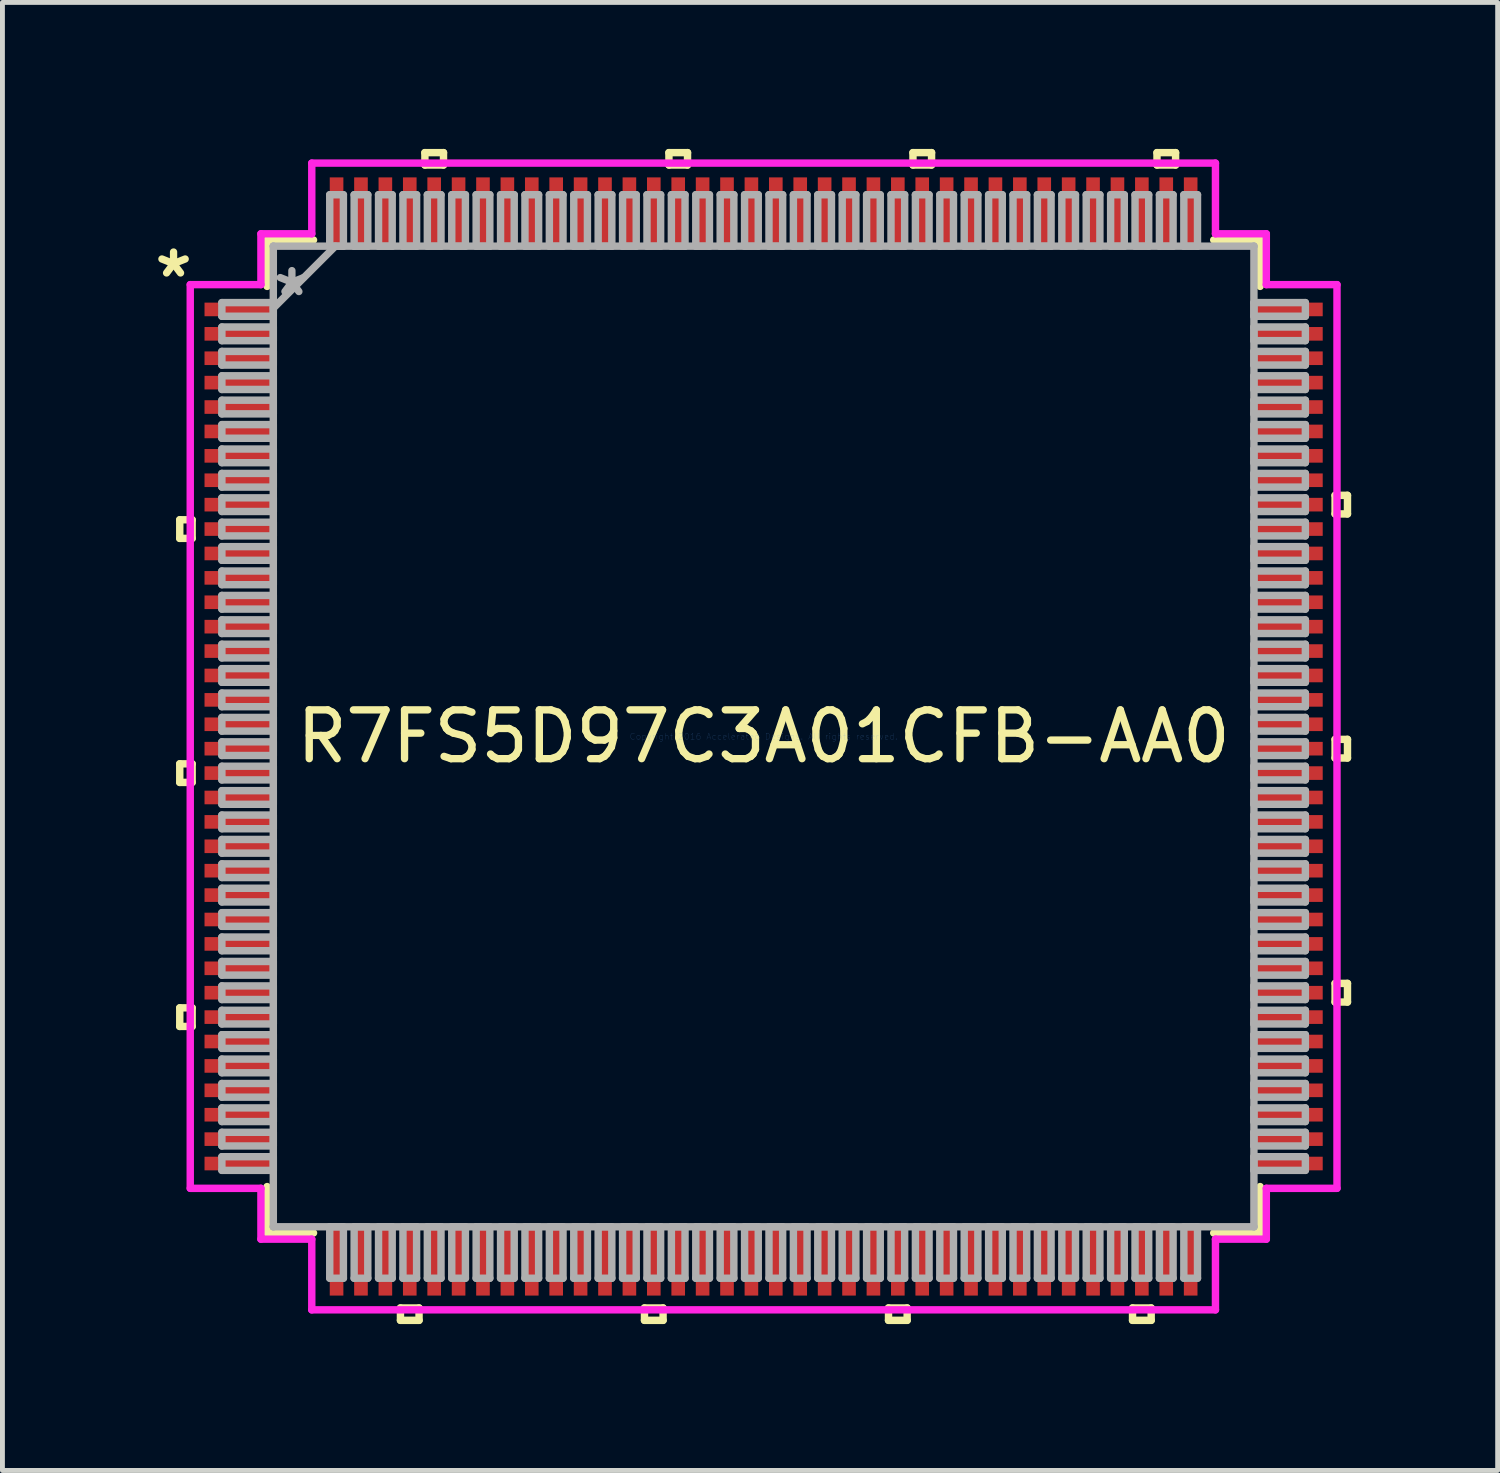
<source format=kicad_pcb>
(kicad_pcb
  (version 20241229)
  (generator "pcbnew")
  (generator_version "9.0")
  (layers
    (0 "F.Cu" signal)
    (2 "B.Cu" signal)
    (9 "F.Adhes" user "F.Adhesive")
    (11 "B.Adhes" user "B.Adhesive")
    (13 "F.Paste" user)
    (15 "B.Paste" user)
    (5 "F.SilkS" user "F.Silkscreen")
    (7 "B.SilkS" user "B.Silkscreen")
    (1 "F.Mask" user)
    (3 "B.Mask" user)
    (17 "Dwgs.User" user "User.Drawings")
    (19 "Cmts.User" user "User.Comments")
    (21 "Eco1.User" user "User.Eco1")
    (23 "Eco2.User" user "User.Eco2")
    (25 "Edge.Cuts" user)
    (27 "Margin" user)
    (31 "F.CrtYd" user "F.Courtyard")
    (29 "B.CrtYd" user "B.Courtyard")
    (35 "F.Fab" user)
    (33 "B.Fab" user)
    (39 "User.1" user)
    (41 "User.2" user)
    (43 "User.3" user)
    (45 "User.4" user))
  (footprint "R7FS5D97C3A01CFB-AA0"
    (layer "F.Cu")
    (at 12.596 12.04)
    (property "Reference" "R7FS5D97C3A01CFB-AA0" (at 0 0 0) (layer "F.SilkS") (effects (font (size 1 1) (thickness 0.15))))
    (attr through_hole)
    (fp_line (start -11.963 -4.44) (end -11.963 -4.059) (stroke (width 0.152) (type solid)) (layer "F.SilkS"))
    (fp_line (start -11.963 -4.059) (end -11.709 -4.059) (stroke (width 0.152) (type solid)) (layer "F.SilkS"))
    (fp_line (start -11.963 0.56) (end -11.963 0.941) (stroke (width 0.152) (type solid)) (layer "F.SilkS"))
    (fp_line (start -11.963 0.941) (end -11.709 0.941) (stroke (width 0.152) (type solid)) (layer "F.SilkS"))
    (fp_line (start -11.963 5.56) (end -11.963 5.941) (stroke (width 0.152) (type solid)) (layer "F.SilkS"))
    (fp_line (start -11.963 5.941) (end -11.709 5.941) (stroke (width 0.152) (type solid)) (layer "F.SilkS"))
    (fp_line (start -11.709 -4.44) (end -11.963 -4.44) (stroke (width 0.152) (type solid)) (layer "F.SilkS"))
    (fp_line (start -11.709 -4.059) (end -11.709 -4.44) (stroke (width 0.152) (type solid)) (layer "F.SilkS"))
    (fp_line (start -11.709 0.56) (end -11.963 0.56) (stroke (width 0.152) (type solid)) (layer "F.SilkS"))
    (fp_line (start -11.709 0.941) (end -11.709 0.56) (stroke (width 0.152) (type solid)) (layer "F.SilkS"))
    (fp_line (start -11.709 5.56) (end -11.963 5.56) (stroke (width 0.152) (type solid)) (layer "F.SilkS"))
    (fp_line (start -11.709 5.941) (end -11.709 5.56) (stroke (width 0.152) (type solid)) (layer "F.SilkS"))
    (fp_line (start -10.173 -10.173) (end -10.173 -9.222) (stroke (width 0.152) (type solid)) (layer "F.SilkS"))
    (fp_line (start -10.173 9.222) (end -10.173 10.173) (stroke (width 0.152) (type solid)) (layer "F.SilkS"))
    (fp_line (start -10.173 10.173) (end -9.222 10.173) (stroke (width 0.152) (type solid)) (layer "F.SilkS"))
    (fp_line (start -9.222 -10.173) (end -10.173 -10.173) (stroke (width 0.152) (type solid)) (layer "F.SilkS"))
    (fp_line (start -7.441 11.709) (end -7.441 11.963) (stroke (width 0.152) (type solid)) (layer "F.SilkS"))
    (fp_line (start -7.441 11.963) (end -7.06 11.963) (stroke (width 0.152) (type solid)) (layer "F.SilkS"))
    (fp_line (start -7.06 11.709) (end -7.441 11.709) (stroke (width 0.152) (type solid)) (layer "F.SilkS"))
    (fp_line (start -7.06 11.963) (end -7.06 11.709) (stroke (width 0.152) (type solid)) (layer "F.SilkS"))
    (fp_line (start -6.94 -11.963) (end -6.559 -11.963) (stroke (width 0.152) (type solid)) (layer "F.SilkS"))
    (fp_line (start -6.94 -11.709) (end -6.94 -11.963) (stroke (width 0.152) (type solid)) (layer "F.SilkS"))
    (fp_line (start -6.559 -11.963) (end -6.559 -11.709) (stroke (width 0.152) (type solid)) (layer "F.SilkS"))
    (fp_line (start -6.559 -11.709) (end -6.94 -11.709) (stroke (width 0.152) (type solid)) (layer "F.SilkS"))
    (fp_line (start -2.441 11.709) (end -2.441 11.963) (stroke (width 0.152) (type solid)) (layer "F.SilkS"))
    (fp_line (start -2.441 11.963) (end -2.06 11.963) (stroke (width 0.152) (type solid)) (layer "F.SilkS"))
    (fp_line (start -2.06 11.709) (end -2.441 11.709) (stroke (width 0.152) (type solid)) (layer "F.SilkS"))
    (fp_line (start -2.06 11.963) (end -2.06 11.709) (stroke (width 0.152) (type solid)) (layer "F.SilkS"))
    (fp_line (start -1.94 -11.963) (end -1.559 -11.963) (stroke (width 0.152) (type solid)) (layer "F.SilkS"))
    (fp_line (start -1.94 -11.709) (end -1.94 -11.963) (stroke (width 0.152) (type solid)) (layer "F.SilkS"))
    (fp_line (start -1.559 -11.963) (end -1.559 -11.709) (stroke (width 0.152) (type solid)) (layer "F.SilkS"))
    (fp_line (start -1.559 -11.709) (end -1.94 -11.709) (stroke (width 0.152) (type solid)) (layer "F.SilkS"))
    (fp_line (start 2.559 11.709) (end 2.559 11.963) (stroke (width 0.152) (type solid)) (layer "F.SilkS"))
    (fp_line (start 2.559 11.963) (end 2.941 11.963) (stroke (width 0.152) (type solid)) (layer "F.SilkS"))
    (fp_line (start 2.941 11.709) (end 2.559 11.709) (stroke (width 0.152) (type solid)) (layer "F.SilkS"))
    (fp_line (start 2.941 11.963) (end 2.941 11.709) (stroke (width 0.152) (type solid)) (layer "F.SilkS"))
    (fp_line (start 3.06 -11.963) (end 3.441 -11.963) (stroke (width 0.152) (type solid)) (layer "F.SilkS"))
    (fp_line (start 3.06 -11.709) (end 3.06 -11.963) (stroke (width 0.152) (type solid)) (layer "F.SilkS"))
    (fp_line (start 3.441 -11.963) (end 3.441 -11.709) (stroke (width 0.152) (type solid)) (layer "F.SilkS"))
    (fp_line (start 3.441 -11.709) (end 3.06 -11.709) (stroke (width 0.152) (type solid)) (layer "F.SilkS"))
    (fp_line (start 7.559 11.709) (end 7.559 11.963) (stroke (width 0.152) (type solid)) (layer "F.SilkS"))
    (fp_line (start 7.559 11.963) (end 7.941 11.963) (stroke (width 0.152) (type solid)) (layer "F.SilkS"))
    (fp_line (start 7.941 11.709) (end 7.559 11.709) (stroke (width 0.152) (type solid)) (layer "F.SilkS"))
    (fp_line (start 7.941 11.963) (end 7.941 11.709) (stroke (width 0.152) (type solid)) (layer "F.SilkS"))
    (fp_line (start 8.06 -11.963) (end 8.441 -11.963) (stroke (width 0.152) (type solid)) (layer "F.SilkS"))
    (fp_line (start 8.06 -11.709) (end 8.06 -11.963) (stroke (width 0.152) (type solid)) (layer "F.SilkS"))
    (fp_line (start 8.441 -11.963) (end 8.441 -11.709) (stroke (width 0.152) (type solid)) (layer "F.SilkS"))
    (fp_line (start 8.441 -11.709) (end 8.06 -11.709) (stroke (width 0.152) (type solid)) (layer "F.SilkS"))
    (fp_line (start 9.222 10.173) (end 10.173 10.173) (stroke (width 0.152) (type solid)) (layer "F.SilkS"))
    (fp_line (start 10.173 -10.173) (end 9.222 -10.173) (stroke (width 0.152) (type solid)) (layer "F.SilkS"))
    (fp_line (start 10.173 -9.222) (end 10.173 -10.173) (stroke (width 0.152) (type solid)) (layer "F.SilkS"))
    (fp_line (start 10.173 10.173) (end 10.173 9.222) (stroke (width 0.152) (type solid)) (layer "F.SilkS"))
    (fp_line (start 11.709 -4.941) (end 11.963 -4.941) (stroke (width 0.152) (type solid)) (layer "F.SilkS"))
    (fp_line (start 11.709 -4.56) (end 11.709 -4.941) (stroke (width 0.152) (type solid)) (layer "F.SilkS"))
    (fp_line (start 11.709 0.059) (end 11.963 0.059) (stroke (width 0.152) (type solid)) (layer "F.SilkS"))
    (fp_line (start 11.709 0.441) (end 11.709 0.059) (stroke (width 0.152) (type solid)) (layer "F.SilkS"))
    (fp_line (start 11.709 5.059) (end 11.963 5.059) (stroke (width 0.152) (type solid)) (layer "F.SilkS"))
    (fp_line (start 11.709 5.441) (end 11.709 5.059) (stroke (width 0.152) (type solid)) (layer "F.SilkS"))
    (fp_line (start 11.963 -4.941) (end 11.963 -4.56) (stroke (width 0.152) (type solid)) (layer "F.SilkS"))
    (fp_line (start 11.963 -4.56) (end 11.709 -4.56) (stroke (width 0.152) (type solid)) (layer "F.SilkS"))
    (fp_line (start 11.963 0.059) (end 11.963 0.441) (stroke (width 0.152) (type solid)) (layer "F.SilkS"))
    (fp_line (start 11.963 0.441) (end 11.709 0.441) (stroke (width 0.152) (type solid)) (layer "F.SilkS"))
    (fp_line (start 11.963 5.059) (end 11.963 5.441) (stroke (width 0.152) (type solid)) (layer "F.SilkS"))
    (fp_line (start 11.963 5.441) (end 11.709 5.441) (stroke (width 0.152) (type solid)) (layer "F.SilkS"))
    (fp_line (start -11.748 -9.258) (end -10.3 -9.258) (stroke (width 0.152) (type solid)) (layer "F.CrtYd"))
    (fp_line (start -11.748 9.258) (end -11.748 -9.258) (stroke (width 0.152) (type solid)) (layer "F.CrtYd"))
    (fp_line (start -10.3 -10.3) (end -9.258 -10.3) (stroke (width 0.152) (type solid)) (layer "F.CrtYd"))
    (fp_line (start -10.3 -9.258) (end -10.3 -10.3) (stroke (width 0.152) (type solid)) (layer "F.CrtYd"))
    (fp_line (start -10.3 9.258) (end -11.748 9.258) (stroke (width 0.152) (type solid)) (layer "F.CrtYd"))
    (fp_line (start -10.3 10.3) (end -10.3 9.258) (stroke (width 0.152) (type solid)) (layer "F.CrtYd"))
    (fp_line (start -9.258 -11.748) (end 9.258 -11.748) (stroke (width 0.152) (type solid)) (layer "F.CrtYd"))
    (fp_line (start -9.258 -10.3) (end -9.258 -11.748) (stroke (width 0.152) (type solid)) (layer "F.CrtYd"))
    (fp_line (start -9.258 10.3) (end -10.3 10.3) (stroke (width 0.152) (type solid)) (layer "F.CrtYd"))
    (fp_line (start -9.258 11.748) (end -9.258 10.3) (stroke (width 0.152) (type solid)) (layer "F.CrtYd"))
    (fp_line (start 9.258 -11.748) (end 9.258 -10.3) (stroke (width 0.152) (type solid)) (layer "F.CrtYd"))
    (fp_line (start 9.258 -10.3) (end 10.3 -10.3) (stroke (width 0.152) (type solid)) (layer "F.CrtYd"))
    (fp_line (start 9.258 10.3) (end 9.258 11.748) (stroke (width 0.152) (type solid)) (layer "F.CrtYd"))
    (fp_line (start 9.258 11.748) (end -9.258 11.748) (stroke (width 0.152) (type solid)) (layer "F.CrtYd"))
    (fp_line (start 10.3 -10.3) (end 10.3 -9.258) (stroke (width 0.152) (type solid)) (layer "F.CrtYd"))
    (fp_line (start 10.3 -9.258) (end 11.748 -9.258) (stroke (width 0.152) (type solid)) (layer "F.CrtYd"))
    (fp_line (start 10.3 9.258) (end 10.3 10.3) (stroke (width 0.152) (type solid)) (layer "F.CrtYd"))
    (fp_line (start 10.3 10.3) (end 9.258 10.3) (stroke (width 0.152) (type solid)) (layer "F.CrtYd"))
    (fp_line (start 11.748 -9.258) (end 11.748 9.258) (stroke (width 0.152) (type solid)) (layer "F.CrtYd"))
    (fp_line (start 11.748 9.258) (end 10.3 9.258) (stroke (width 0.152) (type solid)) (layer "F.CrtYd"))
    (fp_line (start -11.1 -8.89) (end -11.1 -8.61) (stroke (width 0.152) (type solid)) (layer "F.Fab"))
    (fp_line (start -11.1 -8.61) (end -10.046 -8.61) (stroke (width 0.152) (type solid)) (layer "F.Fab"))
    (fp_line (start -11.1 -8.39) (end -11.1 -8.11) (stroke (width 0.152) (type solid)) (layer "F.Fab"))
    (fp_line (start -11.1 -8.11) (end -10.046 -8.11) (stroke (width 0.152) (type solid)) (layer "F.Fab"))
    (fp_line (start -11.1 -7.89) (end -11.1 -7.61) (stroke (width 0.152) (type solid)) (layer "F.Fab"))
    (fp_line (start -11.1 -7.61) (end -10.046 -7.61) (stroke (width 0.152) (type solid)) (layer "F.Fab"))
    (fp_line (start -11.1 -7.39) (end -11.1 -7.11) (stroke (width 0.152) (type solid)) (layer "F.Fab"))
    (fp_line (start -11.1 -7.11) (end -10.046 -7.11) (stroke (width 0.152) (type solid)) (layer "F.Fab"))
    (fp_line (start -11.1 -6.89) (end -11.1 -6.61) (stroke (width 0.152) (type solid)) (layer "F.Fab"))
    (fp_line (start -11.1 -6.61) (end -10.046 -6.61) (stroke (width 0.152) (type solid)) (layer "F.Fab"))
    (fp_line (start -11.1 -6.39) (end -11.1 -6.11) (stroke (width 0.152) (type solid)) (layer "F.Fab"))
    (fp_line (start -11.1 -6.11) (end -10.046 -6.11) (stroke (width 0.152) (type solid)) (layer "F.Fab"))
    (fp_line (start -11.1 -5.89) (end -11.1 -5.61) (stroke (width 0.152) (type solid)) (layer "F.Fab"))
    (fp_line (start -11.1 -5.61) (end -10.046 -5.61) (stroke (width 0.152) (type solid)) (layer "F.Fab"))
    (fp_line (start -11.1 -5.39) (end -11.1 -5.11) (stroke (width 0.152) (type solid)) (layer "F.Fab"))
    (fp_line (start -11.1 -5.11) (end -10.046 -5.11) (stroke (width 0.152) (type solid)) (layer "F.Fab"))
    (fp_line (start -11.1 -4.89) (end -11.1 -4.61) (stroke (width 0.152) (type solid)) (layer "F.Fab"))
    (fp_line (start -11.1 -4.61) (end -10.046 -4.61) (stroke (width 0.152) (type solid)) (layer "F.Fab"))
    (fp_line (start -11.1 -4.39) (end -11.1 -4.11) (stroke (width 0.152) (type solid)) (layer "F.Fab"))
    (fp_line (start -11.1 -4.11) (end -10.046 -4.11) (stroke (width 0.152) (type solid)) (layer "F.Fab"))
    (fp_line (start -11.1 -3.89) (end -11.1 -3.61) (stroke (width 0.152) (type solid)) (layer "F.Fab"))
    (fp_line (start -11.1 -3.61) (end -10.046 -3.61) (stroke (width 0.152) (type solid)) (layer "F.Fab"))
    (fp_line (start -11.1 -3.39) (end -11.1 -3.11) (stroke (width 0.152) (type solid)) (layer "F.Fab"))
    (fp_line (start -11.1 -3.11) (end -10.046 -3.11) (stroke (width 0.152) (type solid)) (layer "F.Fab"))
    (fp_line (start -11.1 -2.89) (end -11.1 -2.61) (stroke (width 0.152) (type solid)) (layer "F.Fab"))
    (fp_line (start -11.1 -2.61) (end -10.046 -2.61) (stroke (width 0.152) (type solid)) (layer "F.Fab"))
    (fp_line (start -11.1 -2.39) (end -11.1 -2.11) (stroke (width 0.152) (type solid)) (layer "F.Fab"))
    (fp_line (start -11.1 -2.11) (end -10.046 -2.11) (stroke (width 0.152) (type solid)) (layer "F.Fab"))
    (fp_line (start -11.1 -1.89) (end -11.1 -1.61) (stroke (width 0.152) (type solid)) (layer "F.Fab"))
    (fp_line (start -11.1 -1.61) (end -10.046 -1.61) (stroke (width 0.152) (type solid)) (layer "F.Fab"))
    (fp_line (start -11.1 -1.39) (end -11.1 -1.11) (stroke (width 0.152) (type solid)) (layer "F.Fab"))
    (fp_line (start -11.1 -1.11) (end -10.046 -1.11) (stroke (width 0.152) (type solid)) (layer "F.Fab"))
    (fp_line (start -11.1 -0.89) (end -11.1 -0.61) (stroke (width 0.152) (type solid)) (layer "F.Fab"))
    (fp_line (start -11.1 -0.61) (end -10.046 -0.61) (stroke (width 0.152) (type solid)) (layer "F.Fab"))
    (fp_line (start -11.1 -0.39) (end -11.1 -0.11) (stroke (width 0.152) (type solid)) (layer "F.Fab"))
    (fp_line (start -11.1 -0.11) (end -10.046 -0.11) (stroke (width 0.152) (type solid)) (layer "F.Fab"))
    (fp_line (start -11.1 0.11) (end -11.1 0.39) (stroke (width 0.152) (type solid)) (layer "F.Fab"))
    (fp_line (start -11.1 0.39) (end -10.046 0.39) (stroke (width 0.152) (type solid)) (layer "F.Fab"))
    (fp_line (start -11.1 0.61) (end -11.1 0.89) (stroke (width 0.152) (type solid)) (layer "F.Fab"))
    (fp_line (start -11.1 0.89) (end -10.046 0.89) (stroke (width 0.152) (type solid)) (layer "F.Fab"))
    (fp_line (start -11.1 1.11) (end -11.1 1.39) (stroke (width 0.152) (type solid)) (layer "F.Fab"))
    (fp_line (start -11.1 1.39) (end -10.046 1.39) (stroke (width 0.152) (type solid)) (layer "F.Fab"))
    (fp_line (start -11.1 1.61) (end -11.1 1.89) (stroke (width 0.152) (type solid)) (layer "F.Fab"))
    (fp_line (start -11.1 1.89) (end -10.046 1.89) (stroke (width 0.152) (type solid)) (layer "F.Fab"))
    (fp_line (start -11.1 2.11) (end -11.1 2.39) (stroke (width 0.152) (type solid)) (layer "F.Fab"))
    (fp_line (start -11.1 2.39) (end -10.046 2.39) (stroke (width 0.152) (type solid)) (layer "F.Fab"))
    (fp_line (start -11.1 2.61) (end -11.1 2.89) (stroke (width 0.152) (type solid)) (layer "F.Fab"))
    (fp_line (start -11.1 2.89) (end -10.046 2.89) (stroke (width 0.152) (type solid)) (layer "F.Fab"))
    (fp_line (start -11.1 3.11) (end -11.1 3.39) (stroke (width 0.152) (type solid)) (layer "F.Fab"))
    (fp_line (start -11.1 3.39) (end -10.046 3.39) (stroke (width 0.152) (type solid)) (layer "F.Fab"))
    (fp_line (start -11.1 3.61) (end -11.1 3.89) (stroke (width 0.152) (type solid)) (layer "F.Fab"))
    (fp_line (start -11.1 3.89) (end -10.046 3.89) (stroke (width 0.152) (type solid)) (layer "F.Fab"))
    (fp_line (start -11.1 4.11) (end -11.1 4.39) (stroke (width 0.152) (type solid)) (layer "F.Fab"))
    (fp_line (start -11.1 4.39) (end -10.046 4.39) (stroke (width 0.152) (type solid)) (layer "F.Fab"))
    (fp_line (start -11.1 4.61) (end -11.1 4.89) (stroke (width 0.152) (type solid)) (layer "F.Fab"))
    (fp_line (start -11.1 4.89) (end -10.046 4.89) (stroke (width 0.152) (type solid)) (layer "F.Fab"))
    (fp_line (start -11.1 5.11) (end -11.1 5.39) (stroke (width 0.152) (type solid)) (layer "F.Fab"))
    (fp_line (start -11.1 5.39) (end -10.046 5.39) (stroke (width 0.152) (type solid)) (layer "F.Fab"))
    (fp_line (start -11.1 5.61) (end -11.1 5.89) (stroke (width 0.152) (type solid)) (layer "F.Fab"))
    (fp_line (start -11.1 5.89) (end -10.046 5.89) (stroke (width 0.152) (type solid)) (layer "F.Fab"))
    (fp_line (start -11.1 6.11) (end -11.1 6.39) (stroke (width 0.152) (type solid)) (layer "F.Fab"))
    (fp_line (start -11.1 6.39) (end -10.046 6.39) (stroke (width 0.152) (type solid)) (layer "F.Fab"))
    (fp_line (start -11.1 6.61) (end -11.1 6.89) (stroke (width 0.152) (type solid)) (layer "F.Fab"))
    (fp_line (start -11.1 6.89) (end -10.046 6.89) (stroke (width 0.152) (type solid)) (layer "F.Fab"))
    (fp_line (start -11.1 7.11) (end -11.1 7.39) (stroke (width 0.152) (type solid)) (layer "F.Fab"))
    (fp_line (start -11.1 7.39) (end -10.046 7.39) (stroke (width 0.152) (type solid)) (layer "F.Fab"))
    (fp_line (start -11.1 7.61) (end -11.1 7.89) (stroke (width 0.152) (type solid)) (layer "F.Fab"))
    (fp_line (start -11.1 7.89) (end -10.046 7.89) (stroke (width 0.152) (type solid)) (layer "F.Fab"))
    (fp_line (start -11.1 8.11) (end -11.1 8.39) (stroke (width 0.152) (type solid)) (layer "F.Fab"))
    (fp_line (start -11.1 8.39) (end -10.046 8.39) (stroke (width 0.152) (type solid)) (layer "F.Fab"))
    (fp_line (start -11.1 8.61) (end -11.1 8.89) (stroke (width 0.152) (type solid)) (layer "F.Fab"))
    (fp_line (start -11.1 8.89) (end -10.046 8.89) (stroke (width 0.152) (type solid)) (layer "F.Fab"))
    (fp_line (start -10.046 -10.046) (end -10.046 -10.046) (stroke (width 0.152) (type solid)) (layer "F.Fab"))
    (fp_line (start -10.046 -10.046) (end -10.046 10.046) (stroke (width 0.152) (type solid)) (layer "F.Fab"))
    (fp_line (start -10.046 -8.89) (end -11.1 -8.89) (stroke (width 0.152) (type solid)) (layer "F.Fab"))
    (fp_line (start -10.046 -8.776) (end -8.776 -10.046) (stroke (width 0.152) (type solid)) (layer "F.Fab"))
    (fp_line (start -10.046 -8.61) (end -10.046 -8.89) (stroke (width 0.152) (type solid)) (layer "F.Fab"))
    (fp_line (start -10.046 -8.39) (end -11.1 -8.39) (stroke (width 0.152) (type solid)) (layer "F.Fab"))
    (fp_line (start -10.046 -8.11) (end -10.046 -8.39) (stroke (width 0.152) (type solid)) (layer "F.Fab"))
    (fp_line (start -10.046 -7.89) (end -11.1 -7.89) (stroke (width 0.152) (type solid)) (layer "F.Fab"))
    (fp_line (start -10.046 -7.61) (end -10.046 -7.89) (stroke (width 0.152) (type solid)) (layer "F.Fab"))
    (fp_line (start -10.046 -7.39) (end -11.1 -7.39) (stroke (width 0.152) (type solid)) (layer "F.Fab"))
    (fp_line (start -10.046 -7.11) (end -10.046 -7.39) (stroke (width 0.152) (type solid)) (layer "F.Fab"))
    (fp_line (start -10.046 -6.89) (end -11.1 -6.89) (stroke (width 0.152) (type solid)) (layer "F.Fab"))
    (fp_line (start -10.046 -6.61) (end -10.046 -6.89) (stroke (width 0.152) (type solid)) (layer "F.Fab"))
    (fp_line (start -10.046 -6.39) (end -11.1 -6.39) (stroke (width 0.152) (type solid)) (layer "F.Fab"))
    (fp_line (start -10.046 -6.11) (end -10.046 -6.39) (stroke (width 0.152) (type solid)) (layer "F.Fab"))
    (fp_line (start -10.046 -5.89) (end -11.1 -5.89) (stroke (width 0.152) (type solid)) (layer "F.Fab"))
    (fp_line (start -10.046 -5.61) (end -10.046 -5.89) (stroke (width 0.152) (type solid)) (layer "F.Fab"))
    (fp_line (start -10.046 -5.39) (end -11.1 -5.39) (stroke (width 0.152) (type solid)) (layer "F.Fab"))
    (fp_line (start -10.046 -5.11) (end -10.046 -5.39) (stroke (width 0.152) (type solid)) (layer "F.Fab"))
    (fp_line (start -10.046 -4.89) (end -11.1 -4.89) (stroke (width 0.152) (type solid)) (layer "F.Fab"))
    (fp_line (start -10.046 -4.61) (end -10.046 -4.89) (stroke (width 0.152) (type solid)) (layer "F.Fab"))
    (fp_line (start -10.046 -4.39) (end -11.1 -4.39) (stroke (width 0.152) (type solid)) (layer "F.Fab"))
    (fp_line (start -10.046 -4.11) (end -10.046 -4.39) (stroke (width 0.152) (type solid)) (layer "F.Fab"))
    (fp_line (start -10.046 -3.89) (end -11.1 -3.89) (stroke (width 0.152) (type solid)) (layer "F.Fab"))
    (fp_line (start -10.046 -3.61) (end -10.046 -3.89) (stroke (width 0.152) (type solid)) (layer "F.Fab"))
    (fp_line (start -10.046 -3.39) (end -11.1 -3.39) (stroke (width 0.152) (type solid)) (layer "F.Fab"))
    (fp_line (start -10.046 -3.11) (end -10.046 -3.39) (stroke (width 0.152) (type solid)) (layer "F.Fab"))
    (fp_line (start -10.046 -2.89) (end -11.1 -2.89) (stroke (width 0.152) (type solid)) (layer "F.Fab"))
    (fp_line (start -10.046 -2.61) (end -10.046 -2.89) (stroke (width 0.152) (type solid)) (layer "F.Fab"))
    (fp_line (start -10.046 -2.39) (end -11.1 -2.39) (stroke (width 0.152) (type solid)) (layer "F.Fab"))
    (fp_line (start -10.046 -2.11) (end -10.046 -2.39) (stroke (width 0.152) (type solid)) (layer "F.Fab"))
    (fp_line (start -10.046 -1.89) (end -11.1 -1.89) (stroke (width 0.152) (type solid)) (layer "F.Fab"))
    (fp_line (start -10.046 -1.61) (end -10.046 -1.89) (stroke (width 0.152) (type solid)) (layer "F.Fab"))
    (fp_line (start -10.046 -1.39) (end -11.1 -1.39) (stroke (width 0.152) (type solid)) (layer "F.Fab"))
    (fp_line (start -10.046 -1.11) (end -10.046 -1.39) (stroke (width 0.152) (type solid)) (layer "F.Fab"))
    (fp_line (start -10.046 -0.89) (end -11.1 -0.89) (stroke (width 0.152) (type solid)) (layer "F.Fab"))
    (fp_line (start -10.046 -0.61) (end -10.046 -0.89) (stroke (width 0.152) (type solid)) (layer "F.Fab"))
    (fp_line (start -10.046 -0.39) (end -11.1 -0.39) (stroke (width 0.152) (type solid)) (layer "F.Fab"))
    (fp_line (start -10.046 -0.11) (end -10.046 -0.39) (stroke (width 0.152) (type solid)) (layer "F.Fab"))
    (fp_line (start -10.046 0.11) (end -11.1 0.11) (stroke (width 0.152) (type solid)) (layer "F.Fab"))
    (fp_line (start -10.046 0.39) (end -10.046 0.11) (stroke (width 0.152) (type solid)) (layer "F.Fab"))
    (fp_line (start -10.046 0.61) (end -11.1 0.61) (stroke (width 0.152) (type solid)) (layer "F.Fab"))
    (fp_line (start -10.046 0.89) (end -10.046 0.61) (stroke (width 0.152) (type solid)) (layer "F.Fab"))
    (fp_line (start -10.046 1.11) (end -11.1 1.11) (stroke (width 0.152) (type solid)) (layer "F.Fab"))
    (fp_line (start -10.046 1.39) (end -10.046 1.11) (stroke (width 0.152) (type solid)) (layer "F.Fab"))
    (fp_line (start -10.046 1.61) (end -11.1 1.61) (stroke (width 0.152) (type solid)) (layer "F.Fab"))
    (fp_line (start -10.046 1.89) (end -10.046 1.61) (stroke (width 0.152) (type solid)) (layer "F.Fab"))
    (fp_line (start -10.046 2.11) (end -11.1 2.11) (stroke (width 0.152) (type solid)) (layer "F.Fab"))
    (fp_line (start -10.046 2.39) (end -10.046 2.11) (stroke (width 0.152) (type solid)) (layer "F.Fab"))
    (fp_line (start -10.046 2.61) (end -11.1 2.61) (stroke (width 0.152) (type solid)) (layer "F.Fab"))
    (fp_line (start -10.046 2.89) (end -10.046 2.61) (stroke (width 0.152) (type solid)) (layer "F.Fab"))
    (fp_line (start -10.046 3.11) (end -11.1 3.11) (stroke (width 0.152) (type solid)) (layer "F.Fab"))
    (fp_line (start -10.046 3.39) (end -10.046 3.11) (stroke (width 0.152) (type solid)) (layer "F.Fab"))
    (fp_line (start -10.046 3.61) (end -11.1 3.61) (stroke (width 0.152) (type solid)) (layer "F.Fab"))
    (fp_line (start -10.046 3.89) (end -10.046 3.61) (stroke (width 0.152) (type solid)) (layer "F.Fab"))
    (fp_line (start -10.046 4.11) (end -11.1 4.11) (stroke (width 0.152) (type solid)) (layer "F.Fab"))
    (fp_line (start -10.046 4.39) (end -10.046 4.11) (stroke (width 0.152) (type solid)) (layer "F.Fab"))
    (fp_line (start -10.046 4.61) (end -11.1 4.61) (stroke (width 0.152) (type solid)) (layer "F.Fab"))
    (fp_line (start -10.046 4.89) (end -10.046 4.61) (stroke (width 0.152) (type solid)) (layer "F.Fab"))
    (fp_line (start -10.046 5.11) (end -11.1 5.11) (stroke (width 0.152) (type solid)) (layer "F.Fab"))
    (fp_line (start -10.046 5.39) (end -10.046 5.11) (stroke (width 0.152) (type solid)) (layer "F.Fab"))
    (fp_line (start -10.046 5.61) (end -11.1 5.61) (stroke (width 0.152) (type solid)) (layer "F.Fab"))
    (fp_line (start -10.046 5.89) (end -10.046 5.61) (stroke (width 0.152) (type solid)) (layer "F.Fab"))
    (fp_line (start -10.046 6.11) (end -11.1 6.11) (stroke (width 0.152) (type solid)) (layer "F.Fab"))
    (fp_line (start -10.046 6.39) (end -10.046 6.11) (stroke (width 0.152) (type solid)) (layer "F.Fab"))
    (fp_line (start -10.046 6.61) (end -11.1 6.61) (stroke (width 0.152) (type solid)) (layer "F.Fab"))
    (fp_line (start -10.046 6.89) (end -10.046 6.61) (stroke (width 0.152) (type solid)) (layer "F.Fab"))
    (fp_line (start -10.046 7.11) (end -11.1 7.11) (stroke (width 0.152) (type solid)) (layer "F.Fab"))
    (fp_line (start -10.046 7.39) (end -10.046 7.11) (stroke (width 0.152) (type solid)) (layer "F.Fab"))
    (fp_line (start -10.046 7.61) (end -11.1 7.61) (stroke (width 0.152) (type solid)) (layer "F.Fab"))
    (fp_line (start -10.046 7.89) (end -10.046 7.61) (stroke (width 0.152) (type solid)) (layer "F.Fab"))
    (fp_line (start -10.046 8.11) (end -11.1 8.11) (stroke (width 0.152) (type solid)) (layer "F.Fab"))
    (fp_line (start -10.046 8.39) (end -10.046 8.11) (stroke (width 0.152) (type solid)) (layer "F.Fab"))
    (fp_line (start -10.046 8.61) (end -11.1 8.61) (stroke (width 0.152) (type solid)) (layer "F.Fab"))
    (fp_line (start -10.046 8.89) (end -10.046 8.61) (stroke (width 0.152) (type solid)) (layer "F.Fab"))
    (fp_line (start -10.046 10.046) (end -10.046 10.046) (stroke (width 0.152) (type solid)) (layer "F.Fab"))
    (fp_line (start -10.046 10.046) (end 10.046 10.046) (stroke (width 0.152) (type solid)) (layer "F.Fab"))
    (fp_line (start -8.89 -11.1) (end -8.89 -10.046) (stroke (width 0.152) (type solid)) (layer "F.Fab"))
    (fp_line (start -8.89 -10.046) (end -8.61 -10.046) (stroke (width 0.152) (type solid)) (layer "F.Fab"))
    (fp_line (start -8.89 10.046) (end -8.89 11.1) (stroke (width 0.152) (type solid)) (layer "F.Fab"))
    (fp_line (start -8.89 11.1) (end -8.61 11.1) (stroke (width 0.152) (type solid)) (layer "F.Fab"))
    (fp_line (start -8.61 -11.1) (end -8.89 -11.1) (stroke (width 0.152) (type solid)) (layer "F.Fab"))
    (fp_line (start -8.61 -10.046) (end -8.61 -11.1) (stroke (width 0.152) (type solid)) (layer "F.Fab"))
    (fp_line (start -8.61 10.046) (end -8.89 10.046) (stroke (width 0.152) (type solid)) (layer "F.Fab"))
    (fp_line (start -8.61 11.1) (end -8.61 10.046) (stroke (width 0.152) (type solid)) (layer "F.Fab"))
    (fp_line (start -8.39 -11.1) (end -8.39 -10.046) (stroke (width 0.152) (type solid)) (layer "F.Fab"))
    (fp_line (start -8.39 -10.046) (end -8.11 -10.046) (stroke (width 0.152) (type solid)) (layer "F.Fab"))
    (fp_line (start -8.39 10.046) (end -8.39 11.1) (stroke (width 0.152) (type solid)) (layer "F.Fab"))
    (fp_line (start -8.39 11.1) (end -8.11 11.1) (stroke (width 0.152) (type solid)) (layer "F.Fab"))
    (fp_line (start -8.11 -11.1) (end -8.39 -11.1) (stroke (width 0.152) (type solid)) (layer "F.Fab"))
    (fp_line (start -8.11 -10.046) (end -8.11 -11.1) (stroke (width 0.152) (type solid)) (layer "F.Fab"))
    (fp_line (start -8.11 10.046) (end -8.39 10.046) (stroke (width 0.152) (type solid)) (layer "F.Fab"))
    (fp_line (start -8.11 11.1) (end -8.11 10.046) (stroke (width 0.152) (type solid)) (layer "F.Fab"))
    (fp_line (start -7.89 -11.1) (end -7.89 -10.046) (stroke (width 0.152) (type solid)) (layer "F.Fab"))
    (fp_line (start -7.89 -10.046) (end -7.61 -10.046) (stroke (width 0.152) (type solid)) (layer "F.Fab"))
    (fp_line (start -7.89 10.046) (end -7.89 11.1) (stroke (width 0.152) (type solid)) (layer "F.Fab"))
    (fp_line (start -7.89 11.1) (end -7.61 11.1) (stroke (width 0.152) (type solid)) (layer "F.Fab"))
    (fp_line (start -7.61 -11.1) (end -7.89 -11.1) (stroke (width 0.152) (type solid)) (layer "F.Fab"))
    (fp_line (start -7.61 -10.046) (end -7.61 -11.1) (stroke (width 0.152) (type solid)) (layer "F.Fab"))
    (fp_line (start -7.61 10.046) (end -7.89 10.046) (stroke (width 0.152) (type solid)) (layer "F.Fab"))
    (fp_line (start -7.61 11.1) (end -7.61 10.046) (stroke (width 0.152) (type solid)) (layer "F.Fab"))
    (fp_line (start -7.39 -11.1) (end -7.39 -10.046) (stroke (width 0.152) (type solid)) (layer "F.Fab"))
    (fp_line (start -7.39 -10.046) (end -7.11 -10.046) (stroke (width 0.152) (type solid)) (layer "F.Fab"))
    (fp_line (start -7.39 10.046) (end -7.39 11.1) (stroke (width 0.152) (type solid)) (layer "F.Fab"))
    (fp_line (start -7.39 11.1) (end -7.11 11.1) (stroke (width 0.152) (type solid)) (layer "F.Fab"))
    (fp_line (start -7.11 -11.1) (end -7.39 -11.1) (stroke (width 0.152) (type solid)) (layer "F.Fab"))
    (fp_line (start -7.11 -10.046) (end -7.11 -11.1) (stroke (width 0.152) (type solid)) (layer "F.Fab"))
    (fp_line (start -7.11 10.046) (end -7.39 10.046) (stroke (width 0.152) (type solid)) (layer "F.Fab"))
    (fp_line (start -7.11 11.1) (end -7.11 10.046) (stroke (width 0.152) (type solid)) (layer "F.Fab"))
    (fp_line (start -6.89 -11.1) (end -6.89 -10.046) (stroke (width 0.152) (type solid)) (layer "F.Fab"))
    (fp_line (start -6.89 -10.046) (end -6.61 -10.046) (stroke (width 0.152) (type solid)) (layer "F.Fab"))
    (fp_line (start -6.89 10.046) (end -6.89 11.1) (stroke (width 0.152) (type solid)) (layer "F.Fab"))
    (fp_line (start -6.89 11.1) (end -6.61 11.1) (stroke (width 0.152) (type solid)) (layer "F.Fab"))
    (fp_line (start -6.61 -11.1) (end -6.89 -11.1) (stroke (width 0.152) (type solid)) (layer "F.Fab"))
    (fp_line (start -6.61 -10.046) (end -6.61 -11.1) (stroke (width 0.152) (type solid)) (layer "F.Fab"))
    (fp_line (start -6.61 10.046) (end -6.89 10.046) (stroke (width 0.152) (type solid)) (layer "F.Fab"))
    (fp_line (start -6.61 11.1) (end -6.61 10.046) (stroke (width 0.152) (type solid)) (layer "F.Fab"))
    (fp_line (start -6.39 -11.1) (end -6.39 -10.046) (stroke (width 0.152) (type solid)) (layer "F.Fab"))
    (fp_line (start -6.39 -10.046) (end -6.11 -10.046) (stroke (width 0.152) (type solid)) (layer "F.Fab"))
    (fp_line (start -6.39 10.046) (end -6.39 11.1) (stroke (width 0.152) (type solid)) (layer "F.Fab"))
    (fp_line (start -6.39 11.1) (end -6.11 11.1) (stroke (width 0.152) (type solid)) (layer "F.Fab"))
    (fp_line (start -6.11 -11.1) (end -6.39 -11.1) (stroke (width 0.152) (type solid)) (layer "F.Fab"))
    (fp_line (start -6.11 -10.046) (end -6.11 -11.1) (stroke (width 0.152) (type solid)) (layer "F.Fab"))
    (fp_line (start -6.11 10.046) (end -6.39 10.046) (stroke (width 0.152) (type solid)) (layer "F.Fab"))
    (fp_line (start -6.11 11.1) (end -6.11 10.046) (stroke (width 0.152) (type solid)) (layer "F.Fab"))
    (fp_line (start -5.89 -11.1) (end -5.89 -10.046) (stroke (width 0.152) (type solid)) (layer "F.Fab"))
    (fp_line (start -5.89 -10.046) (end -5.61 -10.046) (stroke (width 0.152) (type solid)) (layer "F.Fab"))
    (fp_line (start -5.89 10.046) (end -5.89 11.1) (stroke (width 0.152) (type solid)) (layer "F.Fab"))
    (fp_line (start -5.89 11.1) (end -5.61 11.1) (stroke (width 0.152) (type solid)) (layer "F.Fab"))
    (fp_line (start -5.61 -11.1) (end -5.89 -11.1) (stroke (width 0.152) (type solid)) (layer "F.Fab"))
    (fp_line (start -5.61 -10.046) (end -5.61 -11.1) (stroke (width 0.152) (type solid)) (layer "F.Fab"))
    (fp_line (start -5.61 10.046) (end -5.89 10.046) (stroke (width 0.152) (type solid)) (layer "F.Fab"))
    (fp_line (start -5.61 11.1) (end -5.61 10.046) (stroke (width 0.152) (type solid)) (layer "F.Fab"))
    (fp_line (start -5.39 -11.1) (end -5.39 -10.046) (stroke (width 0.152) (type solid)) (layer "F.Fab"))
    (fp_line (start -5.39 -10.046) (end -5.11 -10.046) (stroke (width 0.152) (type solid)) (layer "F.Fab"))
    (fp_line (start -5.39 10.046) (end -5.39 11.1) (stroke (width 0.152) (type solid)) (layer "F.Fab"))
    (fp_line (start -5.39 11.1) (end -5.11 11.1) (stroke (width 0.152) (type solid)) (layer "F.Fab"))
    (fp_line (start -5.11 -11.1) (end -5.39 -11.1) (stroke (width 0.152) (type solid)) (layer "F.Fab"))
    (fp_line (start -5.11 -10.046) (end -5.11 -11.1) (stroke (width 0.152) (type solid)) (layer "F.Fab"))
    (fp_line (start -5.11 10.046) (end -5.39 10.046) (stroke (width 0.152) (type solid)) (layer "F.Fab"))
    (fp_line (start -5.11 11.1) (end -5.11 10.046) (stroke (width 0.152) (type solid)) (layer "F.Fab"))
    (fp_line (start -4.89 -11.1) (end -4.89 -10.046) (stroke (width 0.152) (type solid)) (layer "F.Fab"))
    (fp_line (start -4.89 -10.046) (end -4.61 -10.046) (stroke (width 0.152) (type solid)) (layer "F.Fab"))
    (fp_line (start -4.89 10.046) (end -4.89 11.1) (stroke (width 0.152) (type solid)) (layer "F.Fab"))
    (fp_line (start -4.89 11.1) (end -4.61 11.1) (stroke (width 0.152) (type solid)) (layer "F.Fab"))
    (fp_line (start -4.61 -11.1) (end -4.89 -11.1) (stroke (width 0.152) (type solid)) (layer "F.Fab"))
    (fp_line (start -4.61 -10.046) (end -4.61 -11.1) (stroke (width 0.152) (type solid)) (layer "F.Fab"))
    (fp_line (start -4.61 10.046) (end -4.89 10.046) (stroke (width 0.152) (type solid)) (layer "F.Fab"))
    (fp_line (start -4.61 11.1) (end -4.61 10.046) (stroke (width 0.152) (type solid)) (layer "F.Fab"))
    (fp_line (start -4.39 -11.1) (end -4.39 -10.046) (stroke (width 0.152) (type solid)) (layer "F.Fab"))
    (fp_line (start -4.39 -10.046) (end -4.11 -10.046) (stroke (width 0.152) (type solid)) (layer "F.Fab"))
    (fp_line (start -4.39 10.046) (end -4.39 11.1) (stroke (width 0.152) (type solid)) (layer "F.Fab"))
    (fp_line (start -4.39 11.1) (end -4.11 11.1) (stroke (width 0.152) (type solid)) (layer "F.Fab"))
    (fp_line (start -4.11 -11.1) (end -4.39 -11.1) (stroke (width 0.152) (type solid)) (layer "F.Fab"))
    (fp_line (start -4.11 -10.046) (end -4.11 -11.1) (stroke (width 0.152) (type solid)) (layer "F.Fab"))
    (fp_line (start -4.11 10.046) (end -4.39 10.046) (stroke (width 0.152) (type solid)) (layer "F.Fab"))
    (fp_line (start -4.11 11.1) (end -4.11 10.046) (stroke (width 0.152) (type solid)) (layer "F.Fab"))
    (fp_line (start -3.89 -11.1) (end -3.89 -10.046) (stroke (width 0.152) (type solid)) (layer "F.Fab"))
    (fp_line (start -3.89 -10.046) (end -3.61 -10.046) (stroke (width 0.152) (type solid)) (layer "F.Fab"))
    (fp_line (start -3.89 10.046) (end -3.89 11.1) (stroke (width 0.152) (type solid)) (layer "F.Fab"))
    (fp_line (start -3.89 11.1) (end -3.61 11.1) (stroke (width 0.152) (type solid)) (layer "F.Fab"))
    (fp_line (start -3.61 -11.1) (end -3.89 -11.1) (stroke (width 0.152) (type solid)) (layer "F.Fab"))
    (fp_line (start -3.61 -10.046) (end -3.61 -11.1) (stroke (width 0.152) (type solid)) (layer "F.Fab"))
    (fp_line (start -3.61 10.046) (end -3.89 10.046) (stroke (width 0.152) (type solid)) (layer "F.Fab"))
    (fp_line (start -3.61 11.1) (end -3.61 10.046) (stroke (width 0.152) (type solid)) (layer "F.Fab"))
    (fp_line (start -3.39 -11.1) (end -3.39 -10.046) (stroke (width 0.152) (type solid)) (layer "F.Fab"))
    (fp_line (start -3.39 -10.046) (end -3.11 -10.046) (stroke (width 0.152) (type solid)) (layer "F.Fab"))
    (fp_line (start -3.39 10.046) (end -3.39 11.1) (stroke (width 0.152) (type solid)) (layer "F.Fab"))
    (fp_line (start -3.39 11.1) (end -3.11 11.1) (stroke (width 0.152) (type solid)) (layer "F.Fab"))
    (fp_line (start -3.11 -11.1) (end -3.39 -11.1) (stroke (width 0.152) (type solid)) (layer "F.Fab"))
    (fp_line (start -3.11 -10.046) (end -3.11 -11.1) (stroke (width 0.152) (type solid)) (layer "F.Fab"))
    (fp_line (start -3.11 10.046) (end -3.39 10.046) (stroke (width 0.152) (type solid)) (layer "F.Fab"))
    (fp_line (start -3.11 11.1) (end -3.11 10.046) (stroke (width 0.152) (type solid)) (layer "F.Fab"))
    (fp_line (start -2.89 -11.1) (end -2.89 -10.046) (stroke (width 0.152) (type solid)) (layer "F.Fab"))
    (fp_line (start -2.89 -10.046) (end -2.61 -10.046) (stroke (width 0.152) (type solid)) (layer "F.Fab"))
    (fp_line (start -2.89 10.046) (end -2.89 11.1) (stroke (width 0.152) (type solid)) (layer "F.Fab"))
    (fp_line (start -2.89 11.1) (end -2.61 11.1) (stroke (width 0.152) (type solid)) (layer "F.Fab"))
    (fp_line (start -2.61 -11.1) (end -2.89 -11.1) (stroke (width 0.152) (type solid)) (layer "F.Fab"))
    (fp_line (start -2.61 -10.046) (end -2.61 -11.1) (stroke (width 0.152) (type solid)) (layer "F.Fab"))
    (fp_line (start -2.61 10.046) (end -2.89 10.046) (stroke (width 0.152) (type solid)) (layer "F.Fab"))
    (fp_line (start -2.61 11.1) (end -2.61 10.046) (stroke (width 0.152) (type solid)) (layer "F.Fab"))
    (fp_line (start -2.39 -11.1) (end -2.39 -10.046) (stroke (width 0.152) (type solid)) (layer "F.Fab"))
    (fp_line (start -2.39 -10.046) (end -2.11 -10.046) (stroke (width 0.152) (type solid)) (layer "F.Fab"))
    (fp_line (start -2.39 10.046) (end -2.39 11.1) (stroke (width 0.152) (type solid)) (layer "F.Fab"))
    (fp_line (start -2.39 11.1) (end -2.11 11.1) (stroke (width 0.152) (type solid)) (layer "F.Fab"))
    (fp_line (start -2.11 -11.1) (end -2.39 -11.1) (stroke (width 0.152) (type solid)) (layer "F.Fab"))
    (fp_line (start -2.11 -10.046) (end -2.11 -11.1) (stroke (width 0.152) (type solid)) (layer "F.Fab"))
    (fp_line (start -2.11 10.046) (end -2.39 10.046) (stroke (width 0.152) (type solid)) (layer "F.Fab"))
    (fp_line (start -2.11 11.1) (end -2.11 10.046) (stroke (width 0.152) (type solid)) (layer "F.Fab"))
    (fp_line (start -1.89 -11.1) (end -1.89 -10.046) (stroke (width 0.152) (type solid)) (layer "F.Fab"))
    (fp_line (start -1.89 -10.046) (end -1.61 -10.046) (stroke (width 0.152) (type solid)) (layer "F.Fab"))
    (fp_line (start -1.89 10.046) (end -1.89 11.1) (stroke (width 0.152) (type solid)) (layer "F.Fab"))
    (fp_line (start -1.89 11.1) (end -1.61 11.1) (stroke (width 0.152) (type solid)) (layer "F.Fab"))
    (fp_line (start -1.61 -11.1) (end -1.89 -11.1) (stroke (width 0.152) (type solid)) (layer "F.Fab"))
    (fp_line (start -1.61 -10.046) (end -1.61 -11.1) (stroke (width 0.152) (type solid)) (layer "F.Fab"))
    (fp_line (start -1.61 10.046) (end -1.89 10.046) (stroke (width 0.152) (type solid)) (layer "F.Fab"))
    (fp_line (start -1.61 11.1) (end -1.61 10.046) (stroke (width 0.152) (type solid)) (layer "F.Fab"))
    (fp_line (start -1.39 -11.1) (end -1.39 -10.046) (stroke (width 0.152) (type solid)) (layer "F.Fab"))
    (fp_line (start -1.39 -10.046) (end -1.11 -10.046) (stroke (width 0.152) (type solid)) (layer "F.Fab"))
    (fp_line (start -1.39 10.046) (end -1.39 11.1) (stroke (width 0.152) (type solid)) (layer "F.Fab"))
    (fp_line (start -1.39 11.1) (end -1.11 11.1) (stroke (width 0.152) (type solid)) (layer "F.Fab"))
    (fp_line (start -1.11 -11.1) (end -1.39 -11.1) (stroke (width 0.152) (type solid)) (layer "F.Fab"))
    (fp_line (start -1.11 -10.046) (end -1.11 -11.1) (stroke (width 0.152) (type solid)) (layer "F.Fab"))
    (fp_line (start -1.11 10.046) (end -1.39 10.046) (stroke (width 0.152) (type solid)) (layer "F.Fab"))
    (fp_line (start -1.11 11.1) (end -1.11 10.046) (stroke (width 0.152) (type solid)) (layer "F.Fab"))
    (fp_line (start -0.89 -11.1) (end -0.89 -10.046) (stroke (width 0.152) (type solid)) (layer "F.Fab"))
    (fp_line (start -0.89 -10.046) (end -0.61 -10.046) (stroke (width 0.152) (type solid)) (layer "F.Fab"))
    (fp_line (start -0.89 10.046) (end -0.89 11.1) (stroke (width 0.152) (type solid)) (layer "F.Fab"))
    (fp_line (start -0.89 11.1) (end -0.61 11.1) (stroke (width 0.152) (type solid)) (layer "F.Fab"))
    (fp_line (start -0.61 -11.1) (end -0.89 -11.1) (stroke (width 0.152) (type solid)) (layer "F.Fab"))
    (fp_line (start -0.61 -10.046) (end -0.61 -11.1) (stroke (width 0.152) (type solid)) (layer "F.Fab"))
    (fp_line (start -0.61 10.046) (end -0.89 10.046) (stroke (width 0.152) (type solid)) (layer "F.Fab"))
    (fp_line (start -0.61 11.1) (end -0.61 10.046) (stroke (width 0.152) (type solid)) (layer "F.Fab"))
    (fp_line (start -0.39 -11.1) (end -0.39 -10.046) (stroke (width 0.152) (type solid)) (layer "F.Fab"))
    (fp_line (start -0.39 -10.046) (end -0.11 -10.046) (stroke (width 0.152) (type solid)) (layer "F.Fab"))
    (fp_line (start -0.39 10.046) (end -0.39 11.1) (stroke (width 0.152) (type solid)) (layer "F.Fab"))
    (fp_line (start -0.39 11.1) (end -0.11 11.1) (stroke (width 0.152) (type solid)) (layer "F.Fab"))
    (fp_line (start -0.11 -11.1) (end -0.39 -11.1) (stroke (width 0.152) (type solid)) (layer "F.Fab"))
    (fp_line (start -0.11 -10.046) (end -0.11 -11.1) (stroke (width 0.152) (type solid)) (layer "F.Fab"))
    (fp_line (start -0.11 10.046) (end -0.39 10.046) (stroke (width 0.152) (type solid)) (layer "F.Fab"))
    (fp_line (start -0.11 11.1) (end -0.11 10.046) (stroke (width 0.152) (type solid)) (layer "F.Fab"))
    (fp_line (start 0.11 -11.1) (end 0.11 -10.046) (stroke (width 0.152) (type solid)) (layer "F.Fab"))
    (fp_line (start 0.11 -10.046) (end 0.39 -10.046) (stroke (width 0.152) (type solid)) (layer "F.Fab"))
    (fp_line (start 0.11 10.046) (end 0.11 11.1) (stroke (width 0.152) (type solid)) (layer "F.Fab"))
    (fp_line (start 0.11 11.1) (end 0.39 11.1) (stroke (width 0.152) (type solid)) (layer "F.Fab"))
    (fp_line (start 0.39 -11.1) (end 0.11 -11.1) (stroke (width 0.152) (type solid)) (layer "F.Fab"))
    (fp_line (start 0.39 -10.046) (end 0.39 -11.1) (stroke (width 0.152) (type solid)) (layer "F.Fab"))
    (fp_line (start 0.39 10.046) (end 0.11 10.046) (stroke (width 0.152) (type solid)) (layer "F.Fab"))
    (fp_line (start 0.39 11.1) (end 0.39 10.046) (stroke (width 0.152) (type solid)) (layer "F.Fab"))
    (fp_line (start 0.61 -11.1) (end 0.61 -10.046) (stroke (width 0.152) (type solid)) (layer "F.Fab"))
    (fp_line (start 0.61 -10.046) (end 0.89 -10.046) (stroke (width 0.152) (type solid)) (layer "F.Fab"))
    (fp_line (start 0.61 10.046) (end 0.61 11.1) (stroke (width 0.152) (type solid)) (layer "F.Fab"))
    (fp_line (start 0.61 11.1) (end 0.89 11.1) (stroke (width 0.152) (type solid)) (layer "F.Fab"))
    (fp_line (start 0.89 -11.1) (end 0.61 -11.1) (stroke (width 0.152) (type solid)) (layer "F.Fab"))
    (fp_line (start 0.89 -10.046) (end 0.89 -11.1) (stroke (width 0.152) (type solid)) (layer "F.Fab"))
    (fp_line (start 0.89 10.046) (end 0.61 10.046) (stroke (width 0.152) (type solid)) (layer "F.Fab"))
    (fp_line (start 0.89 11.1) (end 0.89 10.046) (stroke (width 0.152) (type solid)) (layer "F.Fab"))
    (fp_line (start 1.11 -11.1) (end 1.11 -10.046) (stroke (width 0.152) (type solid)) (layer "F.Fab"))
    (fp_line (start 1.11 -10.046) (end 1.39 -10.046) (stroke (width 0.152) (type solid)) (layer "F.Fab"))
    (fp_line (start 1.11 10.046) (end 1.11 11.1) (stroke (width 0.152) (type solid)) (layer "F.Fab"))
    (fp_line (start 1.11 11.1) (end 1.39 11.1) (stroke (width 0.152) (type solid)) (layer "F.Fab"))
    (fp_line (start 1.39 -11.1) (end 1.11 -11.1) (stroke (width 0.152) (type solid)) (layer "F.Fab"))
    (fp_line (start 1.39 -10.046) (end 1.39 -11.1) (stroke (width 0.152) (type solid)) (layer "F.Fab"))
    (fp_line (start 1.39 10.046) (end 1.11 10.046) (stroke (width 0.152) (type solid)) (layer "F.Fab"))
    (fp_line (start 1.39 11.1) (end 1.39 10.046) (stroke (width 0.152) (type solid)) (layer "F.Fab"))
    (fp_line (start 1.61 -11.1) (end 1.61 -10.046) (stroke (width 0.152) (type solid)) (layer "F.Fab"))
    (fp_line (start 1.61 -10.046) (end 1.89 -10.046) (stroke (width 0.152) (type solid)) (layer "F.Fab"))
    (fp_line (start 1.61 10.046) (end 1.61 11.1) (stroke (width 0.152) (type solid)) (layer "F.Fab"))
    (fp_line (start 1.61 11.1) (end 1.89 11.1) (stroke (width 0.152) (type solid)) (layer "F.Fab"))
    (fp_line (start 1.89 -11.1) (end 1.61 -11.1) (stroke (width 0.152) (type solid)) (layer "F.Fab"))
    (fp_line (start 1.89 -10.046) (end 1.89 -11.1) (stroke (width 0.152) (type solid)) (layer "F.Fab"))
    (fp_line (start 1.89 10.046) (end 1.61 10.046) (stroke (width 0.152) (type solid)) (layer "F.Fab"))
    (fp_line (start 1.89 11.1) (end 1.89 10.046) (stroke (width 0.152) (type solid)) (layer "F.Fab"))
    (fp_line (start 2.11 -11.1) (end 2.11 -10.046) (stroke (width 0.152) (type solid)) (layer "F.Fab"))
    (fp_line (start 2.11 -10.046) (end 2.39 -10.046) (stroke (width 0.152) (type solid)) (layer "F.Fab"))
    (fp_line (start 2.11 10.046) (end 2.11 11.1) (stroke (width 0.152) (type solid)) (layer "F.Fab"))
    (fp_line (start 2.11 11.1) (end 2.39 11.1) (stroke (width 0.152) (type solid)) (layer "F.Fab"))
    (fp_line (start 2.39 -11.1) (end 2.11 -11.1) (stroke (width 0.152) (type solid)) (layer "F.Fab"))
    (fp_line (start 2.39 -10.046) (end 2.39 -11.1) (stroke (width 0.152) (type solid)) (layer "F.Fab"))
    (fp_line (start 2.39 10.046) (end 2.11 10.046) (stroke (width 0.152) (type solid)) (layer "F.Fab"))
    (fp_line (start 2.39 11.1) (end 2.39 10.046) (stroke (width 0.152) (type solid)) (layer "F.Fab"))
    (fp_line (start 2.61 -11.1) (end 2.61 -10.046) (stroke (width 0.152) (type solid)) (layer "F.Fab"))
    (fp_line (start 2.61 -10.046) (end 2.89 -10.046) (stroke (width 0.152) (type solid)) (layer "F.Fab"))
    (fp_line (start 2.61 10.046) (end 2.61 11.1) (stroke (width 0.152) (type solid)) (layer "F.Fab"))
    (fp_line (start 2.61 11.1) (end 2.89 11.1) (stroke (width 0.152) (type solid)) (layer "F.Fab"))
    (fp_line (start 2.89 -11.1) (end 2.61 -11.1) (stroke (width 0.152) (type solid)) (layer "F.Fab"))
    (fp_line (start 2.89 -10.046) (end 2.89 -11.1) (stroke (width 0.152) (type solid)) (layer "F.Fab"))
    (fp_line (start 2.89 10.046) (end 2.61 10.046) (stroke (width 0.152) (type solid)) (layer "F.Fab"))
    (fp_line (start 2.89 11.1) (end 2.89 10.046) (stroke (width 0.152) (type solid)) (layer "F.Fab"))
    (fp_line (start 3.11 -11.1) (end 3.11 -10.046) (stroke (width 0.152) (type solid)) (layer "F.Fab"))
    (fp_line (start 3.11 -10.046) (end 3.39 -10.046) (stroke (width 0.152) (type solid)) (layer "F.Fab"))
    (fp_line (start 3.11 10.046) (end 3.11 11.1) (stroke (width 0.152) (type solid)) (layer "F.Fab"))
    (fp_line (start 3.11 11.1) (end 3.39 11.1) (stroke (width 0.152) (type solid)) (layer "F.Fab"))
    (fp_line (start 3.39 -11.1) (end 3.11 -11.1) (stroke (width 0.152) (type solid)) (layer "F.Fab"))
    (fp_line (start 3.39 -10.046) (end 3.39 -11.1) (stroke (width 0.152) (type solid)) (layer "F.Fab"))
    (fp_line (start 3.39 10.046) (end 3.11 10.046) (stroke (width 0.152) (type solid)) (layer "F.Fab"))
    (fp_line (start 3.39 11.1) (end 3.39 10.046) (stroke (width 0.152) (type solid)) (layer "F.Fab"))
    (fp_line (start 3.61 -11.1) (end 3.61 -10.046) (stroke (width 0.152) (type solid)) (layer "F.Fab"))
    (fp_line (start 3.61 -10.046) (end 3.89 -10.046) (stroke (width 0.152) (type solid)) (layer "F.Fab"))
    (fp_line (start 3.61 10.046) (end 3.61 11.1) (stroke (width 0.152) (type solid)) (layer "F.Fab"))
    (fp_line (start 3.61 11.1) (end 3.89 11.1) (stroke (width 0.152) (type solid)) (layer "F.Fab"))
    (fp_line (start 3.89 -11.1) (end 3.61 -11.1) (stroke (width 0.152) (type solid)) (layer "F.Fab"))
    (fp_line (start 3.89 -10.046) (end 3.89 -11.1) (stroke (width 0.152) (type solid)) (layer "F.Fab"))
    (fp_line (start 3.89 10.046) (end 3.61 10.046) (stroke (width 0.152) (type solid)) (layer "F.Fab"))
    (fp_line (start 3.89 11.1) (end 3.89 10.046) (stroke (width 0.152) (type solid)) (layer "F.Fab"))
    (fp_line (start 4.11 -11.1) (end 4.11 -10.046) (stroke (width 0.152) (type solid)) (layer "F.Fab"))
    (fp_line (start 4.11 -10.046) (end 4.39 -10.046) (stroke (width 0.152) (type solid)) (layer "F.Fab"))
    (fp_line (start 4.11 10.046) (end 4.11 11.1) (stroke (width 0.152) (type solid)) (layer "F.Fab"))
    (fp_line (start 4.11 11.1) (end 4.39 11.1) (stroke (width 0.152) (type solid)) (layer "F.Fab"))
    (fp_line (start 4.39 -11.1) (end 4.11 -11.1) (stroke (width 0.152) (type solid)) (layer "F.Fab"))
    (fp_line (start 4.39 -10.046) (end 4.39 -11.1) (stroke (width 0.152) (type solid)) (layer "F.Fab"))
    (fp_line (start 4.39 10.046) (end 4.11 10.046) (stroke (width 0.152) (type solid)) (layer "F.Fab"))
    (fp_line (start 4.39 11.1) (end 4.39 10.046) (stroke (width 0.152) (type solid)) (layer "F.Fab"))
    (fp_line (start 4.61 -11.1) (end 4.61 -10.046) (stroke (width 0.152) (type solid)) (layer "F.Fab"))
    (fp_line (start 4.61 -10.046) (end 4.89 -10.046) (stroke (width 0.152) (type solid)) (layer "F.Fab"))
    (fp_line (start 4.61 10.046) (end 4.61 11.1) (stroke (width 0.152) (type solid)) (layer "F.Fab"))
    (fp_line (start 4.61 11.1) (end 4.89 11.1) (stroke (width 0.152) (type solid)) (layer "F.Fab"))
    (fp_line (start 4.89 -11.1) (end 4.61 -11.1) (stroke (width 0.152) (type solid)) (layer "F.Fab"))
    (fp_line (start 4.89 -10.046) (end 4.89 -11.1) (stroke (width 0.152) (type solid)) (layer "F.Fab"))
    (fp_line (start 4.89 10.046) (end 4.61 10.046) (stroke (width 0.152) (type solid)) (layer "F.Fab"))
    (fp_line (start 4.89 11.1) (end 4.89 10.046) (stroke (width 0.152) (type solid)) (layer "F.Fab"))
    (fp_line (start 5.11 -11.1) (end 5.11 -10.046) (stroke (width 0.152) (type solid)) (layer "F.Fab"))
    (fp_line (start 5.11 -10.046) (end 5.39 -10.046) (stroke (width 0.152) (type solid)) (layer "F.Fab"))
    (fp_line (start 5.11 10.046) (end 5.11 11.1) (stroke (width 0.152) (type solid)) (layer "F.Fab"))
    (fp_line (start 5.11 11.1) (end 5.39 11.1) (stroke (width 0.152) (type solid)) (layer "F.Fab"))
    (fp_line (start 5.39 -11.1) (end 5.11 -11.1) (stroke (width 0.152) (type solid)) (layer "F.Fab"))
    (fp_line (start 5.39 -10.046) (end 5.39 -11.1) (stroke (width 0.152) (type solid)) (layer "F.Fab"))
    (fp_line (start 5.39 10.046) (end 5.11 10.046) (stroke (width 0.152) (type solid)) (layer "F.Fab"))
    (fp_line (start 5.39 11.1) (end 5.39 10.046) (stroke (width 0.152) (type solid)) (layer "F.Fab"))
    (fp_line (start 5.61 -11.1) (end 5.61 -10.046) (stroke (width 0.152) (type solid)) (layer "F.Fab"))
    (fp_line (start 5.61 -10.046) (end 5.89 -10.046) (stroke (width 0.152) (type solid)) (layer "F.Fab"))
    (fp_line (start 5.61 10.046) (end 5.61 11.1) (stroke (width 0.152) (type solid)) (layer "F.Fab"))
    (fp_line (start 5.61 11.1) (end 5.89 11.1) (stroke (width 0.152) (type solid)) (layer "F.Fab"))
    (fp_line (start 5.89 -11.1) (end 5.61 -11.1) (stroke (width 0.152) (type solid)) (layer "F.Fab"))
    (fp_line (start 5.89 -10.046) (end 5.89 -11.1) (stroke (width 0.152) (type solid)) (layer "F.Fab"))
    (fp_line (start 5.89 10.046) (end 5.61 10.046) (stroke (width 0.152) (type solid)) (layer "F.Fab"))
    (fp_line (start 5.89 11.1) (end 5.89 10.046) (stroke (width 0.152) (type solid)) (layer "F.Fab"))
    (fp_line (start 6.11 -11.1) (end 6.11 -10.046) (stroke (width 0.152) (type solid)) (layer "F.Fab"))
    (fp_line (start 6.11 -10.046) (end 6.39 -10.046) (stroke (width 0.152) (type solid)) (layer "F.Fab"))
    (fp_line (start 6.11 10.046) (end 6.11 11.1) (stroke (width 0.152) (type solid)) (layer "F.Fab"))
    (fp_line (start 6.11 11.1) (end 6.39 11.1) (stroke (width 0.152) (type solid)) (layer "F.Fab"))
    (fp_line (start 6.39 -11.1) (end 6.11 -11.1) (stroke (width 0.152) (type solid)) (layer "F.Fab"))
    (fp_line (start 6.39 -10.046) (end 6.39 -11.1) (stroke (width 0.152) (type solid)) (layer "F.Fab"))
    (fp_line (start 6.39 10.046) (end 6.11 10.046) (stroke (width 0.152) (type solid)) (layer "F.Fab"))
    (fp_line (start 6.39 11.1) (end 6.39 10.046) (stroke (width 0.152) (type solid)) (layer "F.Fab"))
    (fp_line (start 6.61 -11.1) (end 6.61 -10.046) (stroke (width 0.152) (type solid)) (layer "F.Fab"))
    (fp_line (start 6.61 -10.046) (end 6.89 -10.046) (stroke (width 0.152) (type solid)) (layer "F.Fab"))
    (fp_line (start 6.61 10.046) (end 6.61 11.1) (stroke (width 0.152) (type solid)) (layer "F.Fab"))
    (fp_line (start 6.61 11.1) (end 6.89 11.1) (stroke (width 0.152) (type solid)) (layer "F.Fab"))
    (fp_line (start 6.89 -11.1) (end 6.61 -11.1) (stroke (width 0.152) (type solid)) (layer "F.Fab"))
    (fp_line (start 6.89 -10.046) (end 6.89 -11.1) (stroke (width 0.152) (type solid)) (layer "F.Fab"))
    (fp_line (start 6.89 10.046) (end 6.61 10.046) (stroke (width 0.152) (type solid)) (layer "F.Fab"))
    (fp_line (start 6.89 11.1) (end 6.89 10.046) (stroke (width 0.152) (type solid)) (layer "F.Fab"))
    (fp_line (start 7.11 -11.1) (end 7.11 -10.046) (stroke (width 0.152) (type solid)) (layer "F.Fab"))
    (fp_line (start 7.11 -10.046) (end 7.39 -10.046) (stroke (width 0.152) (type solid)) (layer "F.Fab"))
    (fp_line (start 7.11 10.046) (end 7.11 11.1) (stroke (width 0.152) (type solid)) (layer "F.Fab"))
    (fp_line (start 7.11 11.1) (end 7.39 11.1) (stroke (width 0.152) (type solid)) (layer "F.Fab"))
    (fp_line (start 7.39 -11.1) (end 7.11 -11.1) (stroke (width 0.152) (type solid)) (layer "F.Fab"))
    (fp_line (start 7.39 -10.046) (end 7.39 -11.1) (stroke (width 0.152) (type solid)) (layer "F.Fab"))
    (fp_line (start 7.39 10.046) (end 7.11 10.046) (stroke (width 0.152) (type solid)) (layer "F.Fab"))
    (fp_line (start 7.39 11.1) (end 7.39 10.046) (stroke (width 0.152) (type solid)) (layer "F.Fab"))
    (fp_line (start 7.61 -11.1) (end 7.61 -10.046) (stroke (width 0.152) (type solid)) (layer "F.Fab"))
    (fp_line (start 7.61 -10.046) (end 7.89 -10.046) (stroke (width 0.152) (type solid)) (layer "F.Fab"))
    (fp_line (start 7.61 10.046) (end 7.61 11.1) (stroke (width 0.152) (type solid)) (layer "F.Fab"))
    (fp_line (start 7.61 11.1) (end 7.89 11.1) (stroke (width 0.152) (type solid)) (layer "F.Fab"))
    (fp_line (start 7.89 -11.1) (end 7.61 -11.1) (stroke (width 0.152) (type solid)) (layer "F.Fab"))
    (fp_line (start 7.89 -10.046) (end 7.89 -11.1) (stroke (width 0.152) (type solid)) (layer "F.Fab"))
    (fp_line (start 7.89 10.046) (end 7.61 10.046) (stroke (width 0.152) (type solid)) (layer "F.Fab"))
    (fp_line (start 7.89 11.1) (end 7.89 10.046) (stroke (width 0.152) (type solid)) (layer "F.Fab"))
    (fp_line (start 8.11 -11.1) (end 8.11 -10.046) (stroke (width 0.152) (type solid)) (layer "F.Fab"))
    (fp_line (start 8.11 -10.046) (end 8.39 -10.046) (stroke (width 0.152) (type solid)) (layer "F.Fab"))
    (fp_line (start 8.11 10.046) (end 8.11 11.1) (stroke (width 0.152) (type solid)) (layer "F.Fab"))
    (fp_line (start 8.11 11.1) (end 8.39 11.1) (stroke (width 0.152) (type solid)) (layer "F.Fab"))
    (fp_line (start 8.39 -11.1) (end 8.11 -11.1) (stroke (width 0.152) (type solid)) (layer "F.Fab"))
    (fp_line (start 8.39 -10.046) (end 8.39 -11.1) (stroke (width 0.152) (type solid)) (layer "F.Fab"))
    (fp_line (start 8.39 10.046) (end 8.11 10.046) (stroke (width 0.152) (type solid)) (layer "F.Fab"))
    (fp_line (start 8.39 11.1) (end 8.39 10.046) (stroke (width 0.152) (type solid)) (layer "F.Fab"))
    (fp_line (start 8.61 -11.1) (end 8.61 -10.046) (stroke (width 0.152) (type solid)) (layer "F.Fab"))
    (fp_line (start 8.61 -10.046) (end 8.89 -10.046) (stroke (width 0.152) (type solid)) (layer "F.Fab"))
    (fp_line (start 8.61 10.046) (end 8.61 11.1) (stroke (width 0.152) (type solid)) (layer "F.Fab"))
    (fp_line (start 8.61 11.1) (end 8.89 11.1) (stroke (width 0.152) (type solid)) (layer "F.Fab"))
    (fp_line (start 8.89 -11.1) (end 8.61 -11.1) (stroke (width 0.152) (type solid)) (layer "F.Fab"))
    (fp_line (start 8.89 -10.046) (end 8.89 -11.1) (stroke (width 0.152) (type solid)) (layer "F.Fab"))
    (fp_line (start 8.89 10.046) (end 8.61 10.046) (stroke (width 0.152) (type solid)) (layer "F.Fab"))
    (fp_line (start 8.89 11.1) (end 8.89 10.046) (stroke (width 0.152) (type solid)) (layer "F.Fab"))
    (fp_line (start 10.046 -10.046) (end -10.046 -10.046) (stroke (width 0.152) (type solid)) (layer "F.Fab"))
    (fp_line (start 10.046 -10.046) (end 10.046 -10.046) (stroke (width 0.152) (type solid)) (layer "F.Fab"))
    (fp_line (start 10.046 -8.89) (end 10.046 -8.61) (stroke (width 0.152) (type solid)) (layer "F.Fab"))
    (fp_line (start 10.046 -8.61) (end 11.1 -8.61) (stroke (width 0.152) (type solid)) (layer "F.Fab"))
    (fp_line (start 10.046 -8.39) (end 10.046 -8.11) (stroke (width 0.152) (type solid)) (layer "F.Fab"))
    (fp_line (start 10.046 -8.11) (end 11.1 -8.11) (stroke (width 0.152) (type solid)) (layer "F.Fab"))
    (fp_line (start 10.046 -7.89) (end 10.046 -7.61) (stroke (width 0.152) (type solid)) (layer "F.Fab"))
    (fp_line (start 10.046 -7.61) (end 11.1 -7.61) (stroke (width 0.152) (type solid)) (layer "F.Fab"))
    (fp_line (start 10.046 -7.39) (end 10.046 -7.11) (stroke (width 0.152) (type solid)) (layer "F.Fab"))
    (fp_line (start 10.046 -7.11) (end 11.1 -7.11) (stroke (width 0.152) (type solid)) (layer "F.Fab"))
    (fp_line (start 10.046 -6.89) (end 10.046 -6.61) (stroke (width 0.152) (type solid)) (layer "F.Fab"))
    (fp_line (start 10.046 -6.61) (end 11.1 -6.61) (stroke (width 0.152) (type solid)) (layer "F.Fab"))
    (fp_line (start 10.046 -6.39) (end 10.046 -6.11) (stroke (width 0.152) (type solid)) (layer "F.Fab"))
    (fp_line (start 10.046 -6.11) (end 11.1 -6.11) (stroke (width 0.152) (type solid)) (layer "F.Fab"))
    (fp_line (start 10.046 -5.89) (end 10.046 -5.61) (stroke (width 0.152) (type solid)) (layer "F.Fab"))
    (fp_line (start 10.046 -5.61) (end 11.1 -5.61) (stroke (width 0.152) (type solid)) (layer "F.Fab"))
    (fp_line (start 10.046 -5.39) (end 10.046 -5.11) (stroke (width 0.152) (type solid)) (layer "F.Fab"))
    (fp_line (start 10.046 -5.11) (end 11.1 -5.11) (stroke (width 0.152) (type solid)) (layer "F.Fab"))
    (fp_line (start 10.046 -4.89) (end 10.046 -4.61) (stroke (width 0.152) (type solid)) (layer "F.Fab"))
    (fp_line (start 10.046 -4.61) (end 11.1 -4.61) (stroke (width 0.152) (type solid)) (layer "F.Fab"))
    (fp_line (start 10.046 -4.39) (end 10.046 -4.11) (stroke (width 0.152) (type solid)) (layer "F.Fab"))
    (fp_line (start 10.046 -4.11) (end 11.1 -4.11) (stroke (width 0.152) (type solid)) (layer "F.Fab"))
    (fp_line (start 10.046 -3.89) (end 10.046 -3.61) (stroke (width 0.152) (type solid)) (layer "F.Fab"))
    (fp_line (start 10.046 -3.61) (end 11.1 -3.61) (stroke (width 0.152) (type solid)) (layer "F.Fab"))
    (fp_line (start 10.046 -3.39) (end 10.046 -3.11) (stroke (width 0.152) (type solid)) (layer "F.Fab"))
    (fp_line (start 10.046 -3.11) (end 11.1 -3.11) (stroke (width 0.152) (type solid)) (layer "F.Fab"))
    (fp_line (start 10.046 -2.89) (end 10.046 -2.61) (stroke (width 0.152) (type solid)) (layer "F.Fab"))
    (fp_line (start 10.046 -2.61) (end 11.1 -2.61) (stroke (width 0.152) (type solid)) (layer "F.Fab"))
    (fp_line (start 10.046 -2.39) (end 10.046 -2.11) (stroke (width 0.152) (type solid)) (layer "F.Fab"))
    (fp_line (start 10.046 -2.11) (end 11.1 -2.11) (stroke (width 0.152) (type solid)) (layer "F.Fab"))
    (fp_line (start 10.046 -1.89) (end 10.046 -1.61) (stroke (width 0.152) (type solid)) (layer "F.Fab"))
    (fp_line (start 10.046 -1.61) (end 11.1 -1.61) (stroke (width 0.152) (type solid)) (layer "F.Fab"))
    (fp_line (start 10.046 -1.39) (end 10.046 -1.11) (stroke (width 0.152) (type solid)) (layer "F.Fab"))
    (fp_line (start 10.046 -1.11) (end 11.1 -1.11) (stroke (width 0.152) (type solid)) (layer "F.Fab"))
    (fp_line (start 10.046 -0.89) (end 10.046 -0.61) (stroke (width 0.152) (type solid)) (layer "F.Fab"))
    (fp_line (start 10.046 -0.61) (end 11.1 -0.61) (stroke (width 0.152) (type solid)) (layer "F.Fab"))
    (fp_line (start 10.046 -0.39) (end 10.046 -0.11) (stroke (width 0.152) (type solid)) (layer "F.Fab"))
    (fp_line (start 10.046 -0.11) (end 11.1 -0.11) (stroke (width 0.152) (type solid)) (layer "F.Fab"))
    (fp_line (start 10.046 0.11) (end 10.046 0.39) (stroke (width 0.152) (type solid)) (layer "F.Fab"))
    (fp_line (start 10.046 0.39) (end 11.1 0.39) (stroke (width 0.152) (type solid)) (layer "F.Fab"))
    (fp_line (start 10.046 0.61) (end 10.046 0.89) (stroke (width 0.152) (type solid)) (layer "F.Fab"))
    (fp_line (start 10.046 0.89) (end 11.1 0.89) (stroke (width 0.152) (type solid)) (layer "F.Fab"))
    (fp_line (start 10.046 1.11) (end 10.046 1.39) (stroke (width 0.152) (type solid)) (layer "F.Fab"))
    (fp_line (start 10.046 1.39) (end 11.1 1.39) (stroke (width 0.152) (type solid)) (layer "F.Fab"))
    (fp_line (start 10.046 1.61) (end 10.046 1.89) (stroke (width 0.152) (type solid)) (layer "F.Fab"))
    (fp_line (start 10.046 1.89) (end 11.1 1.89) (stroke (width 0.152) (type solid)) (layer "F.Fab"))
    (fp_line (start 10.046 2.11) (end 10.046 2.39) (stroke (width 0.152) (type solid)) (layer "F.Fab"))
    (fp_line (start 10.046 2.39) (end 11.1 2.39) (stroke (width 0.152) (type solid)) (layer "F.Fab"))
    (fp_line (start 10.046 2.61) (end 10.046 2.89) (stroke (width 0.152) (type solid)) (layer "F.Fab"))
    (fp_line (start 10.046 2.89) (end 11.1 2.89) (stroke (width 0.152) (type solid)) (layer "F.Fab"))
    (fp_line (start 10.046 3.11) (end 10.046 3.39) (stroke (width 0.152) (type solid)) (layer "F.Fab"))
    (fp_line (start 10.046 3.39) (end 11.1 3.39) (stroke (width 0.152) (type solid)) (layer "F.Fab"))
    (fp_line (start 10.046 3.61) (end 10.046 3.89) (stroke (width 0.152) (type solid)) (layer "F.Fab"))
    (fp_line (start 10.046 3.89) (end 11.1 3.89) (stroke (width 0.152) (type solid)) (layer "F.Fab"))
    (fp_line (start 10.046 4.11) (end 10.046 4.39) (stroke (width 0.152) (type solid)) (layer "F.Fab"))
    (fp_line (start 10.046 4.39) (end 11.1 4.39) (stroke (width 0.152) (type solid)) (layer "F.Fab"))
    (fp_line (start 10.046 4.61) (end 10.046 4.89) (stroke (width 0.152) (type solid)) (layer "F.Fab"))
    (fp_line (start 10.046 4.89) (end 11.1 4.89) (stroke (width 0.152) (type solid)) (layer "F.Fab"))
    (fp_line (start 10.046 5.11) (end 10.046 5.39) (stroke (width 0.152) (type solid)) (layer "F.Fab"))
    (fp_line (start 10.046 5.39) (end 11.1 5.39) (stroke (width 0.152) (type solid)) (layer "F.Fab"))
    (fp_line (start 10.046 5.61) (end 10.046 5.89) (stroke (width 0.152) (type solid)) (layer "F.Fab"))
    (fp_line (start 10.046 5.89) (end 11.1 5.89) (stroke (width 0.152) (type solid)) (layer "F.Fab"))
    (fp_line (start 10.046 6.11) (end 10.046 6.39) (stroke (width 0.152) (type solid)) (layer "F.Fab"))
    (fp_line (start 10.046 6.39) (end 11.1 6.39) (stroke (width 0.152) (type solid)) (layer "F.Fab"))
    (fp_line (start 10.046 6.61) (end 10.046 6.89) (stroke (width 0.152) (type solid)) (layer "F.Fab"))
    (fp_line (start 10.046 6.89) (end 11.1 6.89) (stroke (width 0.152) (type solid)) (layer "F.Fab"))
    (fp_line (start 10.046 7.11) (end 10.046 7.39) (stroke (width 0.152) (type solid)) (layer "F.Fab"))
    (fp_line (start 10.046 7.39) (end 11.1 7.39) (stroke (width 0.152) (type solid)) (layer "F.Fab"))
    (fp_line (start 10.046 7.61) (end 10.046 7.89) (stroke (width 0.152) (type solid)) (layer "F.Fab"))
    (fp_line (start 10.046 7.89) (end 11.1 7.89) (stroke (width 0.152) (type solid)) (layer "F.Fab"))
    (fp_line (start 10.046 8.11) (end 10.046 8.39) (stroke (width 0.152) (type solid)) (layer "F.Fab"))
    (fp_line (start 10.046 8.39) (end 11.1 8.39) (stroke (width 0.152) (type solid)) (layer "F.Fab"))
    (fp_line (start 10.046 8.61) (end 10.046 8.89) (stroke (width 0.152) (type solid)) (layer "F.Fab"))
    (fp_line (start 10.046 8.89) (end 11.1 8.89) (stroke (width 0.152) (type solid)) (layer "F.Fab"))
    (fp_line (start 10.046 10.046) (end 10.046 -10.046) (stroke (width 0.152) (type solid)) (layer "F.Fab"))
    (fp_line (start 10.046 10.046) (end 10.046 10.046) (stroke (width 0.152) (type solid)) (layer "F.Fab"))
    (fp_line (start 11.1 -8.89) (end 10.046 -8.89) (stroke (width 0.152) (type solid)) (layer "F.Fab"))
    (fp_line (start 11.1 -8.61) (end 11.1 -8.89) (stroke (width 0.152) (type solid)) (layer "F.Fab"))
    (fp_line (start 11.1 -8.39) (end 10.046 -8.39) (stroke (width 0.152) (type solid)) (layer "F.Fab"))
    (fp_line (start 11.1 -8.11) (end 11.1 -8.39) (stroke (width 0.152) (type solid)) (layer "F.Fab"))
    (fp_line (start 11.1 -7.89) (end 10.046 -7.89) (stroke (width 0.152) (type solid)) (layer "F.Fab"))
    (fp_line (start 11.1 -7.61) (end 11.1 -7.89) (stroke (width 0.152) (type solid)) (layer "F.Fab"))
    (fp_line (start 11.1 -7.39) (end 10.046 -7.39) (stroke (width 0.152) (type solid)) (layer "F.Fab"))
    (fp_line (start 11.1 -7.11) (end 11.1 -7.39) (stroke (width 0.152) (type solid)) (layer "F.Fab"))
    (fp_line (start 11.1 -6.89) (end 10.046 -6.89) (stroke (width 0.152) (type solid)) (layer "F.Fab"))
    (fp_line (start 11.1 -6.61) (end 11.1 -6.89) (stroke (width 0.152) (type solid)) (layer "F.Fab"))
    (fp_line (start 11.1 -6.39) (end 10.046 -6.39) (stroke (width 0.152) (type solid)) (layer "F.Fab"))
    (fp_line (start 11.1 -6.11) (end 11.1 -6.39) (stroke (width 0.152) (type solid)) (layer "F.Fab"))
    (fp_line (start 11.1 -5.89) (end 10.046 -5.89) (stroke (width 0.152) (type solid)) (layer "F.Fab"))
    (fp_line (start 11.1 -5.61) (end 11.1 -5.89) (stroke (width 0.152) (type solid)) (layer "F.Fab"))
    (fp_line (start 11.1 -5.39) (end 10.046 -5.39) (stroke (width 0.152) (type solid)) (layer "F.Fab"))
    (fp_line (start 11.1 -5.11) (end 11.1 -5.39) (stroke (width 0.152) (type solid)) (layer "F.Fab"))
    (fp_line (start 11.1 -4.89) (end 10.046 -4.89) (stroke (width 0.152) (type solid)) (layer "F.Fab"))
    (fp_line (start 11.1 -4.61) (end 11.1 -4.89) (stroke (width 0.152) (type solid)) (layer "F.Fab"))
    (fp_line (start 11.1 -4.39) (end 10.046 -4.39) (stroke (width 0.152) (type solid)) (layer "F.Fab"))
    (fp_line (start 11.1 -4.11) (end 11.1 -4.39) (stroke (width 0.152) (type solid)) (layer "F.Fab"))
    (fp_line (start 11.1 -3.89) (end 10.046 -3.89) (stroke (width 0.152) (type solid)) (layer "F.Fab"))
    (fp_line (start 11.1 -3.61) (end 11.1 -3.89) (stroke (width 0.152) (type solid)) (layer "F.Fab"))
    (fp_line (start 11.1 -3.39) (end 10.046 -3.39) (stroke (width 0.152) (type solid)) (layer "F.Fab"))
    (fp_line (start 11.1 -3.11) (end 11.1 -3.39) (stroke (width 0.152) (type solid)) (layer "F.Fab"))
    (fp_line (start 11.1 -2.89) (end 10.046 -2.89) (stroke (width 0.152) (type solid)) (layer "F.Fab"))
    (fp_line (start 11.1 -2.61) (end 11.1 -2.89) (stroke (width 0.152) (type solid)) (layer "F.Fab"))
    (fp_line (start 11.1 -2.39) (end 10.046 -2.39) (stroke (width 0.152) (type solid)) (layer "F.Fab"))
    (fp_line (start 11.1 -2.11) (end 11.1 -2.39) (stroke (width 0.152) (type solid)) (layer "F.Fab"))
    (fp_line (start 11.1 -1.89) (end 10.046 -1.89) (stroke (width 0.152) (type solid)) (layer "F.Fab"))
    (fp_line (start 11.1 -1.61) (end 11.1 -1.89) (stroke (width 0.152) (type solid)) (layer "F.Fab"))
    (fp_line (start 11.1 -1.39) (end 10.046 -1.39) (stroke (width 0.152) (type solid)) (layer "F.Fab"))
    (fp_line (start 11.1 -1.11) (end 11.1 -1.39) (stroke (width 0.152) (type solid)) (layer "F.Fab"))
    (fp_line (start 11.1 -0.89) (end 10.046 -0.89) (stroke (width 0.152) (type solid)) (layer "F.Fab"))
    (fp_line (start 11.1 -0.61) (end 11.1 -0.89) (stroke (width 0.152) (type solid)) (layer "F.Fab"))
    (fp_line (start 11.1 -0.39) (end 10.046 -0.39) (stroke (width 0.152) (type solid)) (layer "F.Fab"))
    (fp_line (start 11.1 -0.11) (end 11.1 -0.39) (stroke (width 0.152) (type solid)) (layer "F.Fab"))
    (fp_line (start 11.1 0.11) (end 10.046 0.11) (stroke (width 0.152) (type solid)) (layer "F.Fab"))
    (fp_line (start 11.1 0.39) (end 11.1 0.11) (stroke (width 0.152) (type solid)) (layer "F.Fab"))
    (fp_line (start 11.1 0.61) (end 10.046 0.61) (stroke (width 0.152) (type solid)) (layer "F.Fab"))
    (fp_line (start 11.1 0.89) (end 11.1 0.61) (stroke (width 0.152) (type solid)) (layer "F.Fab"))
    (fp_line (start 11.1 1.11) (end 10.046 1.11) (stroke (width 0.152) (type solid)) (layer "F.Fab"))
    (fp_line (start 11.1 1.39) (end 11.1 1.11) (stroke (width 0.152) (type solid)) (layer "F.Fab"))
    (fp_line (start 11.1 1.61) (end 10.046 1.61) (stroke (width 0.152) (type solid)) (layer "F.Fab"))
    (fp_line (start 11.1 1.89) (end 11.1 1.61) (stroke (width 0.152) (type solid)) (layer "F.Fab"))
    (fp_line (start 11.1 2.11) (end 10.046 2.11) (stroke (width 0.152) (type solid)) (layer "F.Fab"))
    (fp_line (start 11.1 2.39) (end 11.1 2.11) (stroke (width 0.152) (type solid)) (layer "F.Fab"))
    (fp_line (start 11.1 2.61) (end 10.046 2.61) (stroke (width 0.152) (type solid)) (layer "F.Fab"))
    (fp_line (start 11.1 2.89) (end 11.1 2.61) (stroke (width 0.152) (type solid)) (layer "F.Fab"))
    (fp_line (start 11.1 3.11) (end 10.046 3.11) (stroke (width 0.152) (type solid)) (layer "F.Fab"))
    (fp_line (start 11.1 3.39) (end 11.1 3.11) (stroke (width 0.152) (type solid)) (layer "F.Fab"))
    (fp_line (start 11.1 3.61) (end 10.046 3.61) (stroke (width 0.152) (type solid)) (layer "F.Fab"))
    (fp_line (start 11.1 3.89) (end 11.1 3.61) (stroke (width 0.152) (type solid)) (layer "F.Fab"))
    (fp_line (start 11.1 4.11) (end 10.046 4.11) (stroke (width 0.152) (type solid)) (layer "F.Fab"))
    (fp_line (start 11.1 4.39) (end 11.1 4.11) (stroke (width 0.152) (type solid)) (layer "F.Fab"))
    (fp_line (start 11.1 4.61) (end 10.046 4.61) (stroke (width 0.152) (type solid)) (layer "F.Fab"))
    (fp_line (start 11.1 4.89) (end 11.1 4.61) (stroke (width 0.152) (type solid)) (layer "F.Fab"))
    (fp_line (start 11.1 5.11) (end 10.046 5.11) (stroke (width 0.152) (type solid)) (layer "F.Fab"))
    (fp_line (start 11.1 5.39) (end 11.1 5.11) (stroke (width 0.152) (type solid)) (layer "F.Fab"))
    (fp_line (start 11.1 5.61) (end 10.046 5.61) (stroke (width 0.152) (type solid)) (layer "F.Fab"))
    (fp_line (start 11.1 5.89) (end 11.1 5.61) (stroke (width 0.152) (type solid)) (layer "F.Fab"))
    (fp_line (start 11.1 6.11) (end 10.046 6.11) (stroke (width 0.152) (type solid)) (layer "F.Fab"))
    (fp_line (start 11.1 6.39) (end 11.1 6.11) (stroke (width 0.152) (type solid)) (layer "F.Fab"))
    (fp_line (start 11.1 6.61) (end 10.046 6.61) (stroke (width 0.152) (type solid)) (layer "F.Fab"))
    (fp_line (start 11.1 6.89) (end 11.1 6.61) (stroke (width 0.152) (type solid)) (layer "F.Fab"))
    (fp_line (start 11.1 7.11) (end 10.046 7.11) (stroke (width 0.152) (type solid)) (layer "F.Fab"))
    (fp_line (start 11.1 7.39) (end 11.1 7.11) (stroke (width 0.152) (type solid)) (layer "F.Fab"))
    (fp_line (start 11.1 7.61) (end 10.046 7.61) (stroke (width 0.152) (type solid)) (layer "F.Fab"))
    (fp_line (start 11.1 7.89) (end 11.1 7.61) (stroke (width 0.152) (type solid)) (layer "F.Fab"))
    (fp_line (start 11.1 8.11) (end 10.046 8.11) (stroke (width 0.152) (type solid)) (layer "F.Fab"))
    (fp_line (start 11.1 8.39) (end 11.1 8.11) (stroke (width 0.152) (type solid)) (layer "F.Fab"))
    (fp_line (start 11.1 8.61) (end 10.046 8.61) (stroke (width 0.152) (type solid)) (layer "F.Fab"))
    (fp_line (start 11.1 8.89) (end 11.1 8.61) (stroke (width 0.152) (type solid)) (layer "F.Fab"))
    (fp_text user "*" (at -12.09 -9.381 0) (layer "F.SilkS") (effects (font (size 1 1) (thickness 0.15))))
    (fp_text user "Copyright 2016 Accelerated Designs. All rights reserved." (at 0 0 0) (layer "Cmts.User") (effects (font (size 0.127 0.127) (thickness 0.002))))
    (fp_text user "*" (at -9.665 -9 0) (layer "F.Fab") (effects (font (size 1 1) (thickness 0.15))))
    (pad "1" smd rect (at -10.719 -8.75 90) (size 0.279 1.473) (layers "F.Cu" "F.Mask" "F.Paste"))
    (pad "2" smd rect (at -10.719 -8.25 90) (size 0.279 1.473) (layers "F.Cu" "F.Mask" "F.Paste"))
    (pad "3" smd rect (at -10.719 -7.75 90) (size 0.279 1.473) (layers "F.Cu" "F.Mask" "F.Paste"))
    (pad "4" smd rect (at -10.719 -7.25 90) (size 0.279 1.473) (layers "F.Cu" "F.Mask" "F.Paste"))
    (pad "5" smd rect (at -10.719 -6.75 90) (size 0.279 1.473) (layers "F.Cu" "F.Mask" "F.Paste"))
    (pad "6" smd rect (at -10.719 -6.25 90) (size 0.279 1.473) (layers "F.Cu" "F.Mask" "F.Paste"))
    (pad "7" smd rect (at -10.719 -5.75 90) (size 0.279 1.473) (layers "F.Cu" "F.Mask" "F.Paste"))
    (pad "8" smd rect (at -10.719 -5.25 90) (size 0.279 1.473) (layers "F.Cu" "F.Mask" "F.Paste"))
    (pad "9" smd rect (at -10.719 -4.75 90) (size 0.279 1.473) (layers "F.Cu" "F.Mask" "F.Paste"))
    (pad "10" smd rect (at -10.719 -4.25 90) (size 0.279 1.473) (layers "F.Cu" "F.Mask" "F.Paste"))
    (pad "11" smd rect (at -10.719 -3.75 90) (size 0.279 1.473) (layers "F.Cu" "F.Mask" "F.Paste"))
    (pad "12" smd rect (at -10.719 -3.25 90) (size 0.279 1.473) (layers "F.Cu" "F.Mask" "F.Paste"))
    (pad "13" smd rect (at -10.719 -2.75 90) (size 0.279 1.473) (layers "F.Cu" "F.Mask" "F.Paste"))
    (pad "14" smd rect (at -10.719 -2.25 90) (size 0.279 1.473) (layers "F.Cu" "F.Mask" "F.Paste"))
    (pad "15" smd rect (at -10.719 -1.75 90) (size 0.279 1.473) (layers "F.Cu" "F.Mask" "F.Paste"))
    (pad "16" smd rect (at -10.719 -1.25 90) (size 0.279 1.473) (layers "F.Cu" "F.Mask" "F.Paste"))
    (pad "17" smd rect (at -10.719 -0.75 90) (size 0.279 1.473) (layers "F.Cu" "F.Mask" "F.Paste"))
    (pad "18" smd rect (at -10.719 -0.25 90) (size 0.279 1.473) (layers "F.Cu" "F.Mask" "F.Paste"))
    (pad "19" smd rect (at -10.719 0.25 90) (size 0.279 1.473) (layers "F.Cu" "F.Mask" "F.Paste"))
    (pad "20" smd rect (at -10.719 0.75 90) (size 0.279 1.473) (layers "F.Cu" "F.Mask" "F.Paste"))
    (pad "21" smd rect (at -10.719 1.25 90) (size 0.279 1.473) (layers "F.Cu" "F.Mask" "F.Paste"))
    (pad "22" smd rect (at -10.719 1.75 90) (size 0.279 1.473) (layers "F.Cu" "F.Mask" "F.Paste"))
    (pad "23" smd rect (at -10.719 2.25 90) (size 0.279 1.473) (layers "F.Cu" "F.Mask" "F.Paste"))
    (pad "24" smd rect (at -10.719 2.75 90) (size 0.279 1.473) (layers "F.Cu" "F.Mask" "F.Paste"))
    (pad "25" smd rect (at -10.719 3.25 90) (size 0.279 1.473) (layers "F.Cu" "F.Mask" "F.Paste"))
    (pad "26" smd rect (at -10.719 3.75 90) (size 0.279 1.473) (layers "F.Cu" "F.Mask" "F.Paste"))
    (pad "27" smd rect (at -10.719 4.25 90) (size 0.279 1.473) (layers "F.Cu" "F.Mask" "F.Paste"))
    (pad "28" smd rect (at -10.719 4.75 90) (size 0.279 1.473) (layers "F.Cu" "F.Mask" "F.Paste"))
    (pad "29" smd rect (at -10.719 5.25 90) (size 0.279 1.473) (layers "F.Cu" "F.Mask" "F.Paste"))
    (pad "30" smd rect (at -10.719 5.75 90) (size 0.279 1.473) (layers "F.Cu" "F.Mask" "F.Paste"))
    (pad "31" smd rect (at -10.719 6.25 90) (size 0.279 1.473) (layers "F.Cu" "F.Mask" "F.Paste"))
    (pad "32" smd rect (at -10.719 6.75 90) (size 0.279 1.473) (layers "F.Cu" "F.Mask" "F.Paste"))
    (pad "33" smd rect (at -10.719 7.25 90) (size 0.279 1.473) (layers "F.Cu" "F.Mask" "F.Paste"))
    (pad "34" smd rect (at -10.719 7.75 90) (size 0.279 1.473) (layers "F.Cu" "F.Mask" "F.Paste"))
    (pad "35" smd rect (at -10.719 8.25 90) (size 0.279 1.473) (layers "F.Cu" "F.Mask" "F.Paste"))
    (pad "36" smd rect (at -10.719 8.75 90) (size 0.279 1.473) (layers "F.Cu" "F.Mask" "F.Paste"))
    (pad "37" smd rect (at -8.75 10.719) (size 0.279 1.473) (layers "F.Cu" "F.Mask" "F.Paste"))
    (pad "38" smd rect (at -8.25 10.719) (size 0.279 1.473) (layers "F.Cu" "F.Mask" "F.Paste"))
    (pad "39" smd rect (at -7.75 10.719) (size 0.279 1.473) (layers "F.Cu" "F.Mask" "F.Paste"))
    (pad "40" smd rect (at -7.25 10.719) (size 0.279 1.473) (layers "F.Cu" "F.Mask" "F.Paste"))
    (pad "41" smd rect (at -6.75 10.719) (size 0.279 1.473) (layers "F.Cu" "F.Mask" "F.Paste"))
    (pad "42" smd rect (at -6.25 10.719) (size 0.279 1.473) (layers "F.Cu" "F.Mask" "F.Paste"))
    (pad "43" smd rect (at -5.75 10.719) (size 0.279 1.473) (layers "F.Cu" "F.Mask" "F.Paste"))
    (pad "44" smd rect (at -5.25 10.719) (size 0.279 1.473) (layers "F.Cu" "F.Mask" "F.Paste"))
    (pad "45" smd rect (at -4.75 10.719) (size 0.279 1.473) (layers "F.Cu" "F.Mask" "F.Paste"))
    (pad "46" smd rect (at -4.25 10.719) (size 0.279 1.473) (layers "F.Cu" "F.Mask" "F.Paste"))
    (pad "47" smd rect (at -3.75 10.719) (size 0.279 1.473) (layers "F.Cu" "F.Mask" "F.Paste"))
    (pad "48" smd rect (at -3.25 10.719) (size 0.279 1.473) (layers "F.Cu" "F.Mask" "F.Paste"))
    (pad "49" smd rect (at -2.75 10.719) (size 0.279 1.473) (layers "F.Cu" "F.Mask" "F.Paste"))
    (pad "50" smd rect (at -2.25 10.719) (size 0.279 1.473) (layers "F.Cu" "F.Mask" "F.Paste"))
    (pad "51" smd rect (at -1.75 10.719) (size 0.279 1.473) (layers "F.Cu" "F.Mask" "F.Paste"))
    (pad "52" smd rect (at -1.25 10.719) (size 0.279 1.473) (layers "F.Cu" "F.Mask" "F.Paste"))
    (pad "53" smd rect (at -0.75 10.719) (size 0.279 1.473) (layers "F.Cu" "F.Mask" "F.Paste"))
    (pad "54" smd rect (at -0.25 10.719) (size 0.279 1.473) (layers "F.Cu" "F.Mask" "F.Paste"))
    (pad "55" smd rect (at 0.25 10.719) (size 0.279 1.473) (layers "F.Cu" "F.Mask" "F.Paste"))
    (pad "56" smd rect (at 0.75 10.719) (size 0.279 1.473) (layers "F.Cu" "F.Mask" "F.Paste"))
    (pad "57" smd rect (at 1.25 10.719) (size 0.279 1.473) (layers "F.Cu" "F.Mask" "F.Paste"))
    (pad "58" smd rect (at 1.75 10.719) (size 0.279 1.473) (layers "F.Cu" "F.Mask" "F.Paste"))
    (pad "59" smd rect (at 2.25 10.719) (size 0.279 1.473) (layers "F.Cu" "F.Mask" "F.Paste"))
    (pad "60" smd rect (at 2.75 10.719) (size 0.279 1.473) (layers "F.Cu" "F.Mask" "F.Paste"))
    (pad "61" smd rect (at 3.25 10.719) (size 0.279 1.473) (layers "F.Cu" "F.Mask" "F.Paste"))
    (pad "62" smd rect (at 3.75 10.719) (size 0.279 1.473) (layers "F.Cu" "F.Mask" "F.Paste"))
    (pad "63" smd rect (at 4.25 10.719) (size 0.279 1.473) (layers "F.Cu" "F.Mask" "F.Paste"))
    (pad "64" smd rect (at 4.75 10.719) (size 0.279 1.473) (layers "F.Cu" "F.Mask" "F.Paste"))
    (pad "65" smd rect (at 5.25 10.719) (size 0.279 1.473) (layers "F.Cu" "F.Mask" "F.Paste"))
    (pad "66" smd rect (at 5.75 10.719) (size 0.279 1.473) (layers "F.Cu" "F.Mask" "F.Paste"))
    (pad "67" smd rect (at 6.25 10.719) (size 0.279 1.473) (layers "F.Cu" "F.Mask" "F.Paste"))
    (pad "68" smd rect (at 6.75 10.719) (size 0.279 1.473) (layers "F.Cu" "F.Mask" "F.Paste"))
    (pad "69" smd rect (at 7.25 10.719) (size 0.279 1.473) (layers "F.Cu" "F.Mask" "F.Paste"))
    (pad "70" smd rect (at 7.75 10.719) (size 0.279 1.473) (layers "F.Cu" "F.Mask" "F.Paste"))
    (pad "71" smd rect (at 8.25 10.719) (size 0.279 1.473) (layers "F.Cu" "F.Mask" "F.Paste"))
    (pad "72" smd rect (at 8.75 10.719) (size 0.279 1.473) (layers "F.Cu" "F.Mask" "F.Paste"))
    (pad "73" smd rect (at 10.719 8.75 90) (size 0.279 1.473) (layers "F.Cu" "F.Mask" "F.Paste"))
    (pad "74" smd rect (at 10.719 8.25 90) (size 0.279 1.473) (layers "F.Cu" "F.Mask" "F.Paste"))
    (pad "75" smd rect (at 10.719 7.75 90) (size 0.279 1.473) (layers "F.Cu" "F.Mask" "F.Paste"))
    (pad "76" smd rect (at 10.719 7.25 90) (size 0.279 1.473) (layers "F.Cu" "F.Mask" "F.Paste"))
    (pad "77" smd rect (at 10.719 6.75 90) (size 0.279 1.473) (layers "F.Cu" "F.Mask" "F.Paste"))
    (pad "78" smd rect (at 10.719 6.25 90) (size 0.279 1.473) (layers "F.Cu" "F.Mask" "F.Paste"))
    (pad "79" smd rect (at 10.719 5.75 90) (size 0.279 1.473) (layers "F.Cu" "F.Mask" "F.Paste"))
    (pad "80" smd rect (at 10.719 5.25 90) (size 0.279 1.473) (layers "F.Cu" "F.Mask" "F.Paste"))
    (pad "81" smd rect (at 10.719 4.75 90) (size 0.279 1.473) (layers "F.Cu" "F.Mask" "F.Paste"))
    (pad "82" smd rect (at 10.719 4.25 90) (size 0.279 1.473) (layers "F.Cu" "F.Mask" "F.Paste"))
    (pad "83" smd rect (at 10.719 3.75 90) (size 0.279 1.473) (layers "F.Cu" "F.Mask" "F.Paste"))
    (pad "84" smd rect (at 10.719 3.25 90) (size 0.279 1.473) (layers "F.Cu" "F.Mask" "F.Paste"))
    (pad "85" smd rect (at 10.719 2.75 90) (size 0.279 1.473) (layers "F.Cu" "F.Mask" "F.Paste"))
    (pad "86" smd rect (at 10.719 2.25 90) (size 0.279 1.473) (layers "F.Cu" "F.Mask" "F.Paste"))
    (pad "87" smd rect (at 10.719 1.75 90) (size 0.279 1.473) (layers "F.Cu" "F.Mask" "F.Paste"))
    (pad "88" smd rect (at 10.719 1.25 90) (size 0.279 1.473) (layers "F.Cu" "F.Mask" "F.Paste"))
    (pad "89" smd rect (at 10.719 0.75 90) (size 0.279 1.473) (layers "F.Cu" "F.Mask" "F.Paste"))
    (pad "90" smd rect (at 10.719 0.25 90) (size 0.279 1.473) (layers "F.Cu" "F.Mask" "F.Paste"))
    (pad "91" smd rect (at 10.719 -0.25 90) (size 0.279 1.473) (layers "F.Cu" "F.Mask" "F.Paste"))
    (pad "92" smd rect (at 10.719 -0.75 90) (size 0.279 1.473) (layers "F.Cu" "F.Mask" "F.Paste"))
    (pad "93" smd rect (at 10.719 -1.25 90) (size 0.279 1.473) (layers "F.Cu" "F.Mask" "F.Paste"))
    (pad "94" smd rect (at 10.719 -1.75 90) (size 0.279 1.473) (layers "F.Cu" "F.Mask" "F.Paste"))
    (pad "95" smd rect (at 10.719 -2.25 90) (size 0.279 1.473) (layers "F.Cu" "F.Mask" "F.Paste"))
    (pad "96" smd rect (at 10.719 -2.75 90) (size 0.279 1.473) (layers "F.Cu" "F.Mask" "F.Paste"))
    (pad "97" smd rect (at 10.719 -3.25 90) (size 0.279 1.473) (layers "F.Cu" "F.Mask" "F.Paste"))
    (pad "98" smd rect (at 10.719 -3.75 90) (size 0.279 1.473) (layers "F.Cu" "F.Mask" "F.Paste"))
    (pad "99" smd rect (at 10.719 -4.25 90) (size 0.279 1.473) (layers "F.Cu" "F.Mask" "F.Paste"))
    (pad "100" smd rect (at 10.719 -4.75 90) (size 0.279 1.473) (layers "F.Cu" "F.Mask" "F.Paste"))
    (pad "101" smd rect (at 10.719 -5.25 90) (size 0.279 1.473) (layers "F.Cu" "F.Mask" "F.Paste"))
    (pad "102" smd rect (at 10.719 -5.75 90) (size 0.279 1.473) (layers "F.Cu" "F.Mask" "F.Paste"))
    (pad "103" smd rect (at 10.719 -6.25 90) (size 0.279 1.473) (layers "F.Cu" "F.Mask" "F.Paste"))
    (pad "104" smd rect (at 10.719 -6.75 90) (size 0.279 1.473) (layers "F.Cu" "F.Mask" "F.Paste"))
    (pad "105" smd rect (at 10.719 -7.25 90) (size 0.279 1.473) (layers "F.Cu" "F.Mask" "F.Paste"))
    (pad "106" smd rect (at 10.719 -7.75 90) (size 0.279 1.473) (layers "F.Cu" "F.Mask" "F.Paste"))
    (pad "107" smd rect (at 10.719 -8.25 90) (size 0.279 1.473) (layers "F.Cu" "F.Mask" "F.Paste"))
    (pad "108" smd rect (at 10.719 -8.75 90) (size 0.279 1.473) (layers "F.Cu" "F.Mask" "F.Paste"))
    (pad "109" smd rect (at 8.75 -10.719) (size 0.279 1.473) (layers "F.Cu" "F.Mask" "F.Paste"))
    (pad "110" smd rect (at 8.25 -10.719) (size 0.279 1.473) (layers "F.Cu" "F.Mask" "F.Paste"))
    (pad "111" smd rect (at 7.75 -10.719) (size 0.279 1.473) (layers "F.Cu" "F.Mask" "F.Paste"))
    (pad "112" smd rect (at 7.25 -10.719) (size 0.279 1.473) (layers "F.Cu" "F.Mask" "F.Paste"))
    (pad "113" smd rect (at 6.75 -10.719) (size 0.279 1.473) (layers "F.Cu" "F.Mask" "F.Paste"))
    (pad "114" smd rect (at 6.25 -10.719) (size 0.279 1.473) (layers "F.Cu" "F.Mask" "F.Paste"))
    (pad "115" smd rect (at 5.75 -10.719) (size 0.279 1.473) (layers "F.Cu" "F.Mask" "F.Paste"))
    (pad "116" smd rect (at 5.25 -10.719) (size 0.279 1.473) (layers "F.Cu" "F.Mask" "F.Paste"))
    (pad "117" smd rect (at 4.75 -10.719) (size 0.279 1.473) (layers "F.Cu" "F.Mask" "F.Paste"))
    (pad "118" smd rect (at 4.25 -10.719) (size 0.279 1.473) (layers "F.Cu" "F.Mask" "F.Paste"))
    (pad "119" smd rect (at 3.75 -10.719) (size 0.279 1.473) (layers "F.Cu" "F.Mask" "F.Paste"))
    (pad "120" smd rect (at 3.25 -10.719) (size 0.279 1.473) (layers "F.Cu" "F.Mask" "F.Paste"))
    (pad "121" smd rect (at 2.75 -10.719) (size 0.279 1.473) (layers "F.Cu" "F.Mask" "F.Paste"))
    (pad "122" smd rect (at 2.25 -10.719) (size 0.279 1.473) (layers "F.Cu" "F.Mask" "F.Paste"))
    (pad "123" smd rect (at 1.75 -10.719) (size 0.279 1.473) (layers "F.Cu" "F.Mask" "F.Paste"))
    (pad "124" smd rect (at 1.25 -10.719) (size 0.279 1.473) (layers "F.Cu" "F.Mask" "F.Paste"))
    (pad "125" smd rect (at 0.75 -10.719) (size 0.279 1.473) (layers "F.Cu" "F.Mask" "F.Paste"))
    (pad "126" smd rect (at 0.25 -10.719) (size 0.279 1.473) (layers "F.Cu" "F.Mask" "F.Paste"))
    (pad "127" smd rect (at -0.25 -10.719) (size 0.279 1.473) (layers "F.Cu" "F.Mask" "F.Paste"))
    (pad "128" smd rect (at -0.75 -10.719) (size 0.279 1.473) (layers "F.Cu" "F.Mask" "F.Paste"))
    (pad "129" smd rect (at -1.25 -10.719) (size 0.279 1.473) (layers "F.Cu" "F.Mask" "F.Paste"))
    (pad "130" smd rect (at -1.75 -10.719) (size 0.279 1.473) (layers "F.Cu" "F.Mask" "F.Paste"))
    (pad "131" smd rect (at -2.25 -10.719) (size 0.279 1.473) (layers "F.Cu" "F.Mask" "F.Paste"))
    (pad "132" smd rect (at -2.75 -10.719) (size 0.279 1.473) (layers "F.Cu" "F.Mask" "F.Paste"))
    (pad "133" smd rect (at -3.25 -10.719) (size 0.279 1.473) (layers "F.Cu" "F.Mask" "F.Paste"))
    (pad "134" smd rect (at -3.75 -10.719) (size 0.279 1.473) (layers "F.Cu" "F.Mask" "F.Paste"))
    (pad "135" smd rect (at -4.25 -10.719) (size 0.279 1.473) (layers "F.Cu" "F.Mask" "F.Paste"))
    (pad "136" smd rect (at -4.75 -10.719) (size 0.279 1.473) (layers "F.Cu" "F.Mask" "F.Paste"))
    (pad "137" smd rect (at -5.25 -10.719) (size 0.279 1.473) (layers "F.Cu" "F.Mask" "F.Paste"))
    (pad "138" smd rect (at -5.75 -10.719) (size 0.279 1.473) (layers "F.Cu" "F.Mask" "F.Paste"))
    (pad "139" smd rect (at -6.25 -10.719) (size 0.279 1.473) (layers "F.Cu" "F.Mask" "F.Paste"))
    (pad "140" smd rect (at -6.75 -10.719) (size 0.279 1.473) (layers "F.Cu" "F.Mask" "F.Paste"))
    (pad "141" smd rect (at -7.25 -10.719) (size 0.279 1.473) (layers "F.Cu" "F.Mask" "F.Paste"))
    (pad "142" smd rect (at -7.75 -10.719) (size 0.279 1.473) (layers "F.Cu" "F.Mask" "F.Paste"))
    (pad "143" smd rect (at -8.25 -10.719) (size 0.279 1.473) (layers "F.Cu" "F.Mask" "F.Paste"))
    (pad "144" smd rect (at -8.75 -10.719) (size 0.279 1.473) (layers "F.Cu" "F.Mask" "F.Paste")))
  (gr_rect
    (start -3 -3)
    (end 27.636 27.079)
    (stroke (width 0.1) (type default))
    (fill no)
    (layer "Edge.Cuts")))
</source>
